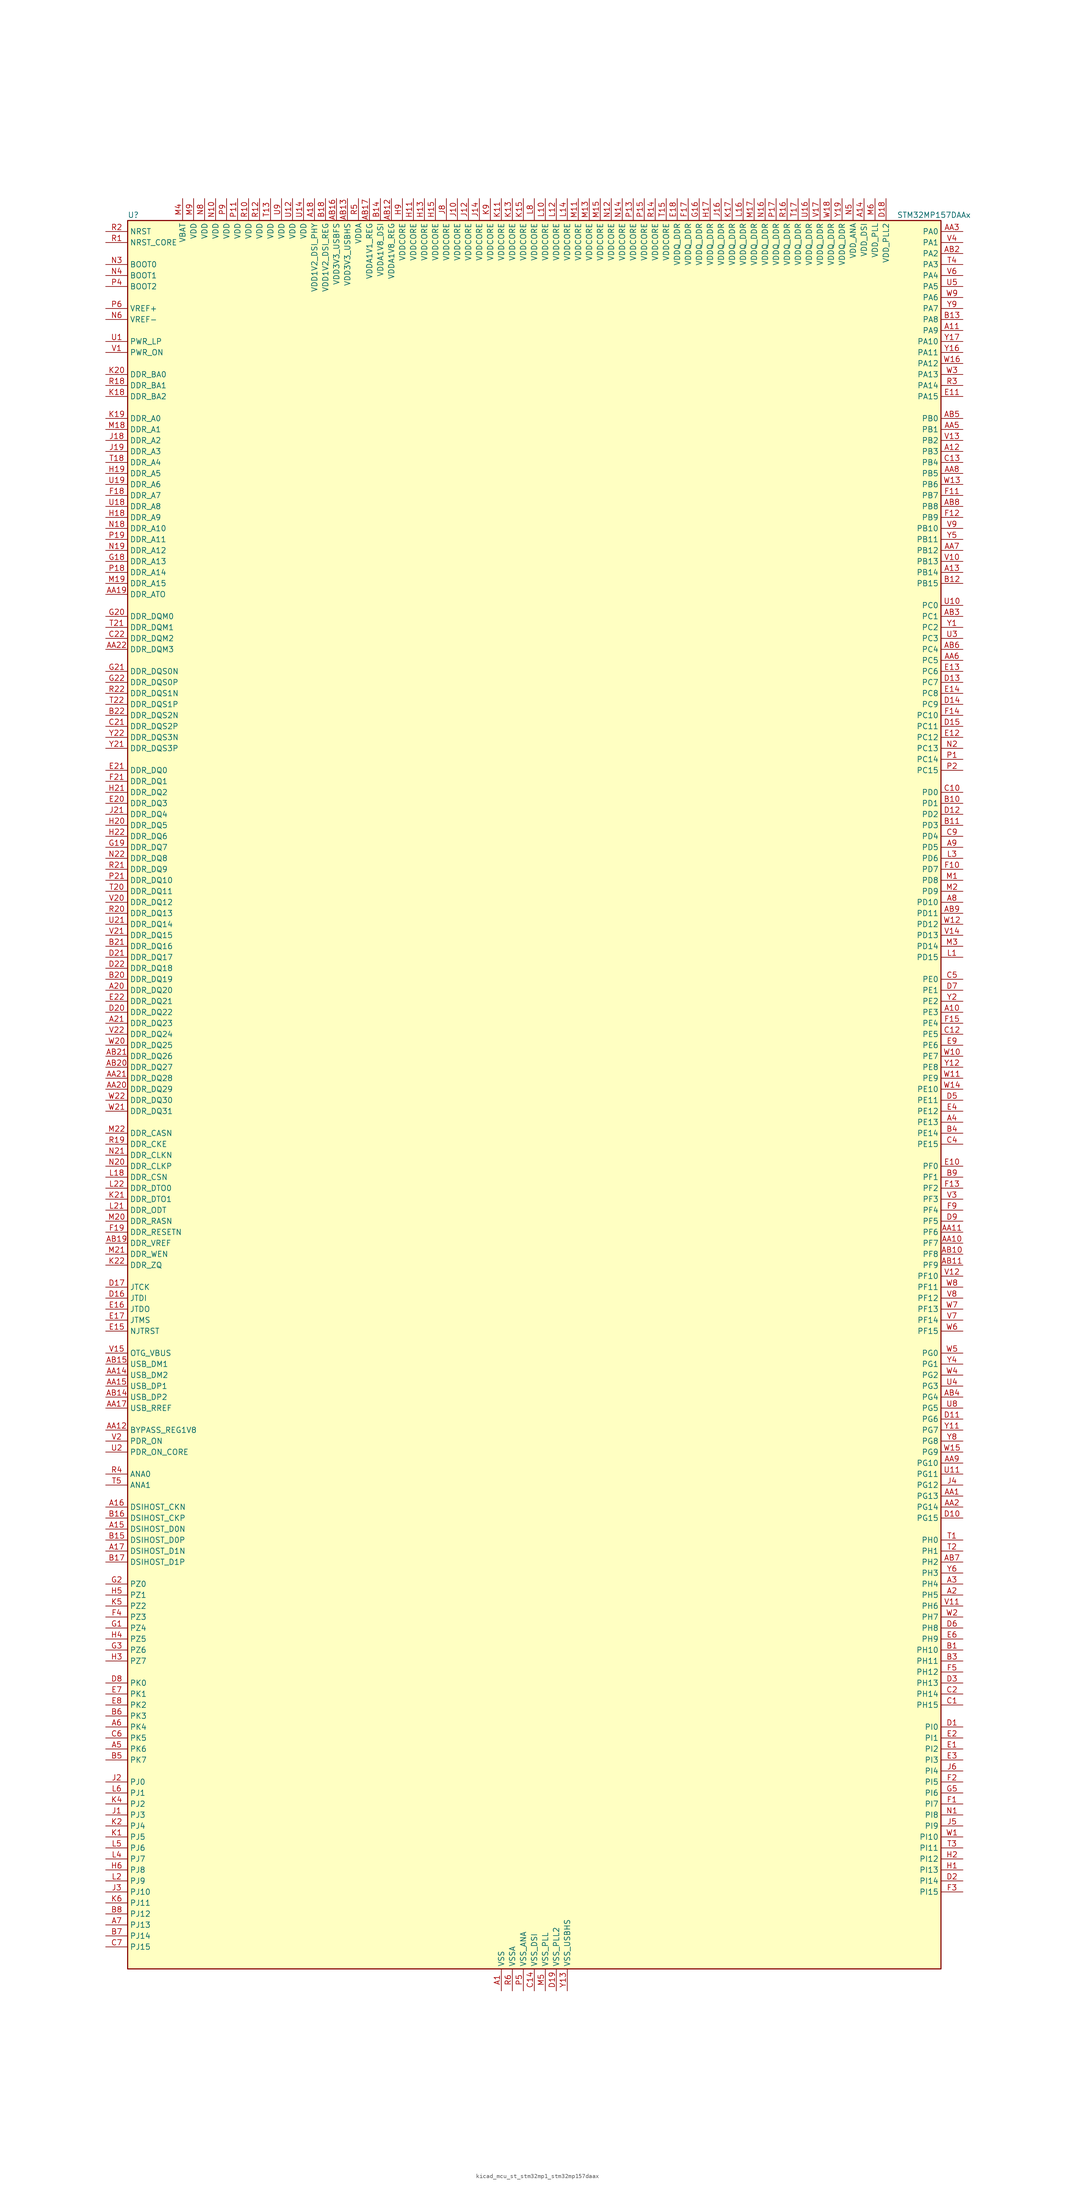
<source format=kicad_sym>
(kicad_symbol_lib
  (version 20220914)
  (generator kicad_symbol_editor)
  (symbol "kicad_mcu_st_stm32mp1_stm32mp157daax"
    (property "Reference" "U"
      (at -93.98 204.47 0)
      (effects (font (size 1.27 1.27)) (justify left)))
    (property "Value" "STM32MP157DAAx"
      (at 83.82 204.47 0)
      (effects (font (size 1.27 1.27)) (justify left)))
    (property "ki_locked" ""
      (at 0 0 0)
      (effects (font (size 1.27 1.27))))
    (symbol "kicad_mcu_st_stm32mp1_stm32mp157daax_0_1"
      (rectangle (start -93.98 -200.66) (end 93.98 203.2) (stroke (width 0.254) (type default)) (fill (type background))))
    (symbol "kicad_mcu_st_stm32mp1_stm32mp157daax_1_1"
      (pin power_in line (at -7.62 -205.74 90) (length 5.08) (name "VSS" (effects (font (size 1.27 1.27)))) (number "A1" (effects (font (size 1.27 1.27)))))
      (pin bidirectional line (at 99.06 20.32 180) (length 5.08) (name "PE3" (effects (font (size 1.27 1.27)))) (number "A10" (effects (font (size 1.27 1.27)))) (alternate "DEBUG_TRACED0" bidirectional line) (alternate "FMC_A19" bidirectional line) (alternate "SAI1_SD_B" bidirectional line) (alternate "SDMMC2_CK" bidirectional line) (alternate "TIM15_BKIN" bidirectional line))
      (pin bidirectional line (at 99.06 177.8 180) (length 5.08) (name "PA9" (effects (font (size 1.27 1.27)))) (number "A11" (effects (font (size 1.27 1.27)))) (alternate "DAC1_EXTI9" bidirectional line) (alternate "DCMI_D0" bidirectional line) (alternate "I2C3_SMBA" bidirectional line) (alternate "I2S2_CK" bidirectional line) (alternate "LTDC_R5" bidirectional line) (alternate "SDMMC2_CDIR" bidirectional line) (alternate "SDMMC2_D5" bidirectional line) (alternate "SPI2_SCK" bidirectional line) (alternate "TIM1_CH2" bidirectional line) (alternate "USART1_TX" bidirectional line))
      (pin bidirectional line (at 99.06 149.86 180) (length 5.08) (name "PB3" (effects (font (size 1.27 1.27)))) (number "A12" (effects (font (size 1.27 1.27)))) (alternate "DEBUG_TRACED9" bidirectional line) (alternate "I2S1_CK" bidirectional line) (alternate "I2S3_CK" bidirectional line) (alternate "SAI4_CK1" bidirectional line) (alternate "SAI4_MCLK_A" bidirectional line) (alternate "SDMMC2_D2" bidirectional line) (alternate "SPI1_SCK" bidirectional line) (alternate "SPI3_SCK" bidirectional line) (alternate "SPI6_SCK" bidirectional line) (alternate "TIM2_CH2" bidirectional line) (alternate "UART7_RX" bidirectional line))
      (pin bidirectional line (at 99.06 121.92 180) (length 5.08) (name "PB14" (effects (font (size 1.27 1.27)))) (number "A13" (effects (font (size 1.27 1.27)))) (alternate "DFSDM1_DATIN2" bidirectional line) (alternate "I2S2_SDI" bidirectional line) (alternate "SDMMC2_D0" bidirectional line) (alternate "SPI2_MISO" bidirectional line) (alternate "TIM12_CH1" bidirectional line) (alternate "TIM1_CH2N" bidirectional line) (alternate "TIM8_CH2N" bidirectional line) (alternate "USART1_TX" bidirectional line) (alternate "USART3_DE" bidirectional line) (alternate "USART3_RTS" bidirectional line))
      (pin power_in line (at 76.2 208.28 270) (length 5.08) (name "VDD_DSI" (effects (font (size 1.27 1.27)))) (number "A14" (effects (font (size 1.27 1.27)))))
      (pin bidirectional line (at -99.06 -99.06 0) (length 5.08) (name "DSIHOST_D0N" (effects (font (size 1.27 1.27)))) (number "A15" (effects (font (size 1.27 1.27)))) (alternate "DSIHOST_D0N" bidirectional line))
      (pin bidirectional line (at -99.06 -93.98 0) (length 5.08) (name "DSIHOST_CKN" (effects (font (size 1.27 1.27)))) (number "A16" (effects (font (size 1.27 1.27)))) (alternate "DSIHOST_CKN" bidirectional line))
      (pin bidirectional line (at -99.06 -104.14 0) (length 5.08) (name "DSIHOST_D1N" (effects (font (size 1.27 1.27)))) (number "A17" (effects (font (size 1.27 1.27)))) (alternate "DSIHOST_D1N" bidirectional line))
      (pin power_in line (at -50.8 208.28 270) (length 5.08) (name "VDD1V2_DSI_PHY" (effects (font (size 1.27 1.27)))) (number "A18" (effects (font (size 1.27 1.27)))))
      (pin passive line (at -7.62 -205.74 90) (length 5.08) hide (name "VSS" (effects (font (size 1.27 1.27)))) (number "A19" (effects (font (size 1.27 1.27)))))
      (pin bidirectional line (at 99.06 -114.3 180) (length 5.08) (name "PH5" (effects (font (size 1.27 1.27)))) (number "A2" (effects (font (size 1.27 1.27)))) (alternate "I2C2_SDA" bidirectional line) (alternate "SAI4_SD_B" bidirectional line) (alternate "SPI5_NSS" bidirectional line))
      (pin bidirectional line (at -99.06 25.4 0) (length 5.08) (name "DDR_DQ20" (effects (font (size 1.27 1.27)))) (number "A20" (effects (font (size 1.27 1.27)))) (alternate "DDR_DQ20" bidirectional line))
      (pin bidirectional line (at -99.06 17.78 0) (length 5.08) (name "DDR_DQ23" (effects (font (size 1.27 1.27)))) (number "A21" (effects (font (size 1.27 1.27)))) (alternate "DDR_DQ23" bidirectional line))
      (pin passive line (at -7.62 -205.74 90) (length 5.08) hide (name "VSS" (effects (font (size 1.27 1.27)))) (number "A22" (effects (font (size 1.27 1.27)))))
      (pin bidirectional line (at 99.06 -111.76 180) (length 5.08) (name "PH4" (effects (font (size 1.27 1.27)))) (number "A3" (effects (font (size 1.27 1.27)))) (alternate "I2C2_SCL" bidirectional line) (alternate "LTDC_G4" bidirectional line) (alternate "LTDC_G5" bidirectional line))
      (pin bidirectional line (at 99.06 -5.08 180) (length 5.08) (name "PE13" (effects (font (size 1.27 1.27)))) (number "A4" (effects (font (size 1.27 1.27)))) (alternate "DCMI_D6" bidirectional line) (alternate "DFSDM1_CKIN5" bidirectional line) (alternate "FMC_D10" bidirectional line) (alternate "FMC_DA10" bidirectional line) (alternate "HDP_HDP2" bidirectional line) (alternate "LTDC_DE" bidirectional line) (alternate "SAI2_FS_B" bidirectional line) (alternate "SPI4_MISO" bidirectional line) (alternate "TIM1_CH3" bidirectional line))
      (pin bidirectional line (at -99.06 -149.86 0) (length 5.08) (name "PK6" (effects (font (size 1.27 1.27)))) (number "A5" (effects (font (size 1.27 1.27)))) (alternate "DEBUG_TRACED7" bidirectional line) (alternate "HDP_HDP7" bidirectional line) (alternate "LTDC_B7" bidirectional line))
      (pin bidirectional line (at -99.06 -144.78 0) (length 5.08) (name "PK4" (effects (font (size 1.27 1.27)))) (number "A6" (effects (font (size 1.27 1.27)))) (alternate "LTDC_B5" bidirectional line))
      (pin bidirectional line (at -99.06 -190.5 0) (length 5.08) (name "PJ13" (effects (font (size 1.27 1.27)))) (number "A7" (effects (font (size 1.27 1.27)))) (alternate "LTDC_B1" bidirectional line) (alternate "LTDC_G4" bidirectional line))
      (pin bidirectional line (at 99.06 45.72 180) (length 5.08) (name "PD10" (effects (font (size 1.27 1.27)))) (number "A8" (effects (font (size 1.27 1.27)))) (alternate "DFSDM1_CKOUT" bidirectional line) (alternate "FMC_D15" bidirectional line) (alternate "FMC_DA15" bidirectional line) (alternate "I2C5_SMBA" bidirectional line) (alternate "I2S3_SDI" bidirectional line) (alternate "LTDC_B3" bidirectional line) (alternate "RTC_REFIN" bidirectional line) (alternate "SAI3_FS_B" bidirectional line) (alternate "SPI3_MISO" bidirectional line) (alternate "TIM16_BKIN" bidirectional line) (alternate "USART3_CK" bidirectional line))
      (pin bidirectional line (at 99.06 58.42 180) (length 5.08) (name "PD5" (effects (font (size 1.27 1.27)))) (number "A9" (effects (font (size 1.27 1.27)))) (alternate "FMC_NWE" bidirectional line) (alternate "SDMMC3_D2" bidirectional line) (alternate "USART2_TX" bidirectional line))
      (pin bidirectional line (at 99.06 -91.44 180) (length 5.08) (name "PG13" (effects (font (size 1.27 1.27)))) (number "AA1" (effects (font (size 1.27 1.27)))) (alternate "DEBUG_TRACED0" bidirectional line) (alternate "ETH1_TXD0" bidirectional line) (alternate "FMC_A24" bidirectional line) (alternate "LPTIM1_OUT" bidirectional line) (alternate "LTDC_R0" bidirectional line) (alternate "SAI1_CK2" bidirectional line) (alternate "SAI1_SCK_A" bidirectional line) (alternate "SAI4_CK1" bidirectional line) (alternate "SAI4_MCLK_A" bidirectional line) (alternate "SPI6_SCK" bidirectional line) (alternate "USART6_CTS" bidirectional line) (alternate "USART6_NSS" bidirectional line))
      (pin bidirectional line (at 99.06 -33.02 180) (length 5.08) (name "PF7" (effects (font (size 1.27 1.27)))) (number "AA10" (effects (font (size 1.27 1.27)))) (alternate "QUADSPI_BK1_IO2" bidirectional line) (alternate "SAI1_MCLK_B" bidirectional line) (alternate "SPI5_SCK" bidirectional line) (alternate "TIM17_CH1" bidirectional line) (alternate "UART7_TX" bidirectional line))
      (pin bidirectional line (at 99.06 -30.48 180) (length 5.08) (name "PF6" (effects (font (size 1.27 1.27)))) (number "AA11" (effects (font (size 1.27 1.27)))) (alternate "QUADSPI_BK1_IO3" bidirectional line) (alternate "SAI1_SD_B" bidirectional line) (alternate "SAI4_SCK_B" bidirectional line) (alternate "SPI5_NSS" bidirectional line) (alternate "TIM16_CH1" bidirectional line) (alternate "UART7_RX" bidirectional line))
      (pin bidirectional line (at -99.06 -76.2 0) (length 5.08) (name "BYPASS_REG1V8" (effects (font (size 1.27 1.27)))) (number "AA12" (effects (font (size 1.27 1.27)))))
      (pin passive line (at 7.62 -205.74 90) (length 5.08) hide (name "VSS_USBHS" (effects (font (size 1.27 1.27)))) (number "AA13" (effects (font (size 1.27 1.27)))))
      (pin bidirectional line (at -99.06 -63.5 0) (length 5.08) (name "USB_DM2" (effects (font (size 1.27 1.27)))) (number "AA14" (effects (font (size 1.27 1.27)))) (alternate "USBH_HS2_DM" bidirectional line) (alternate "USB_OTG_HS_DM" bidirectional line))
      (pin bidirectional line (at -99.06 -66.04 0) (length 5.08) (name "USB_DP1" (effects (font (size 1.27 1.27)))) (number "AA15" (effects (font (size 1.27 1.27)))) (alternate "USBH_HS1_DP" bidirectional line))
      (pin passive line (at 7.62 -205.74 90) (length 5.08) hide (name "VSS_USBHS" (effects (font (size 1.27 1.27)))) (number "AA16" (effects (font (size 1.27 1.27)))))
      (pin bidirectional line (at -99.06 -71.12 0) (length 5.08) (name "USB_RREF" (effects (font (size 1.27 1.27)))) (number "AA17" (effects (font (size 1.27 1.27)))))
      (pin passive line (at -7.62 -205.74 90) (length 5.08) hide (name "VSS" (effects (font (size 1.27 1.27)))) (number "AA18" (effects (font (size 1.27 1.27)))))
      (pin bidirectional line (at -99.06 116.84 0) (length 5.08) (name "DDR_ATO" (effects (font (size 1.27 1.27)))) (number "AA19" (effects (font (size 1.27 1.27)))) (alternate "DDR_ATO" bidirectional line))
      (pin bidirectional line (at 99.06 -93.98 180) (length 5.08) (name "PG14" (effects (font (size 1.27 1.27)))) (number "AA2" (effects (font (size 1.27 1.27)))) (alternate "DEBUG_TRACED1" bidirectional line) (alternate "ETH1_TXD1" bidirectional line) (alternate "FMC_A25" bidirectional line) (alternate "LPTIM1_ETR" bidirectional line) (alternate "LTDC_B0" bidirectional line) (alternate "QUADSPI_BK2_IO3" bidirectional line) (alternate "SAI4_D1" bidirectional line) (alternate "SAI4_SD_A" bidirectional line) (alternate "SPI6_MOSI" bidirectional line) (alternate "USART6_TX" bidirectional line))
      (pin bidirectional line (at -99.06 2.54 0) (length 5.08) (name "DDR_DQ29" (effects (font (size 1.27 1.27)))) (number "AA20" (effects (font (size 1.27 1.27)))) (alternate "DDR_DQ29" bidirectional line))
      (pin bidirectional line (at -99.06 5.08 0) (length 5.08) (name "DDR_DQ28" (effects (font (size 1.27 1.27)))) (number "AA21" (effects (font (size 1.27 1.27)))) (alternate "DDR_DQ28" bidirectional line))
      (pin bidirectional line (at -99.06 104.14 0) (length 5.08) (name "DDR_DQM3" (effects (font (size 1.27 1.27)))) (number "AA22" (effects (font (size 1.27 1.27)))) (alternate "DDR_DQM3" bidirectional line))
      (pin bidirectional line (at 99.06 200.66 180) (length 5.08) (name "PA0" (effects (font (size 1.27 1.27)))) (number "AA3" (effects (font (size 1.27 1.27)))) (alternate "ADC1_INP16" bidirectional line) (alternate "ETH1_CRS" bidirectional line) (alternate "PWR_WKUP1" bidirectional line) (alternate "SAI2_SD_B" bidirectional line) (alternate "SDMMC2_CMD" bidirectional line) (alternate "TIM15_BKIN" bidirectional line) (alternate "TIM2_CH1" bidirectional line) (alternate "TIM2_ETR" bidirectional line) (alternate "TIM5_CH1" bidirectional line) (alternate "TIM8_ETR" bidirectional line) (alternate "UART4_TX" bidirectional line) (alternate "USART2_CTS" bidirectional line) (alternate "USART2_NSS" bidirectional line))
      (pin passive line (at -7.62 -205.74 90) (length 5.08) hide (name "VSS" (effects (font (size 1.27 1.27)))) (number "AA4" (effects (font (size 1.27 1.27)))))
      (pin bidirectional line (at 99.06 154.94 180) (length 5.08) (name "PB1" (effects (font (size 1.27 1.27)))) (number "AA5" (effects (font (size 1.27 1.27)))) (alternate "ADC1_INP5" bidirectional line) (alternate "ADC2_INP5" bidirectional line) (alternate "DFSDM1_DATIN1" bidirectional line) (alternate "ETH1_RXD3" bidirectional line) (alternate "LTDC_G0" bidirectional line) (alternate "LTDC_R6" bidirectional line) (alternate "TIM1_CH3N" bidirectional line) (alternate "TIM3_CH4" bidirectional line) (alternate "TIM8_CH3N" bidirectional line))
      (pin bidirectional line (at 99.06 101.6 180) (length 5.08) (name "PC5" (effects (font (size 1.27 1.27)))) (number "AA6" (effects (font (size 1.27 1.27)))) (alternate "ADC1_INN4" bidirectional line) (alternate "ADC1_INP8" bidirectional line) (alternate "ADC2_INN4" bidirectional line) (alternate "ADC2_INP8" bidirectional line) (alternate "DFSDM1_DATIN2" bidirectional line) (alternate "ETH1_RXD1" bidirectional line) (alternate "SAI1_D3" bidirectional line) (alternate "SAI1_D4" bidirectional line) (alternate "SAI4_D3" bidirectional line) (alternate "SAI4_D4" bidirectional line) (alternate "SPDIFRX_IN3" bidirectional line))
      (pin bidirectional line (at 99.06 127 180) (length 5.08) (name "PB12" (effects (font (size 1.27 1.27)))) (number "AA7" (effects (font (size 1.27 1.27)))) (alternate "DFSDM1_DATIN1" bidirectional line) (alternate "ETH1_TXD0" bidirectional line) (alternate "FDCAN2_RX" bidirectional line) (alternate "I2C2_SMBA" bidirectional line) (alternate "I2C6_SMBA" bidirectional line) (alternate "I2S2_WS" bidirectional line) (alternate "SPI2_NSS" bidirectional line) (alternate "TIM1_BKIN" bidirectional line) (alternate "UART5_RX" bidirectional line) (alternate "USART3_CK" bidirectional line) (alternate "USART3_RX" bidirectional line))
      (pin bidirectional line (at 99.06 144.78 180) (length 5.08) (name "PB5" (effects (font (size 1.27 1.27)))) (number "AA8" (effects (font (size 1.27 1.27)))) (alternate "DCMI_D10" bidirectional line) (alternate "ETH1_CLK" bidirectional line) (alternate "ETH1_PPS_OUT" bidirectional line) (alternate "FDCAN2_RX" bidirectional line) (alternate "I2C1_SMBA" bidirectional line) (alternate "I2C4_SMBA" bidirectional line) (alternate "I2S1_SDO" bidirectional line) (alternate "I2S3_SDO" bidirectional line) (alternate "LTDC_G7" bidirectional line) (alternate "SAI4_D1" bidirectional line) (alternate "SAI4_SD_A" bidirectional line) (alternate "SPI1_MOSI" bidirectional line) (alternate "SPI3_MOSI" bidirectional line) (alternate "SPI6_MOSI" bidirectional line) (alternate "TIM17_BKIN" bidirectional line) (alternate "TIM3_CH2" bidirectional line) (alternate "UART5_RX" bidirectional line))
      (pin bidirectional line (at 99.06 -83.82 180) (length 5.08) (name "PG10" (effects (font (size 1.27 1.27)))) (number "AA9" (effects (font (size 1.27 1.27)))) (alternate "DCMI_D2" bidirectional line) (alternate "DEBUG_TRACED10" bidirectional line) (alternate "FMC_NE3" bidirectional line) (alternate "LTDC_B2" bidirectional line) (alternate "LTDC_G3" bidirectional line) (alternate "QUADSPI_BK2_IO2" bidirectional line) (alternate "SAI2_SD_B" bidirectional line) (alternate "UART8_CTS" bidirectional line))
      (pin passive line (at -7.62 -205.74 90) (length 5.08) hide (name "VSS" (effects (font (size 1.27 1.27)))) (number "AB1" (effects (font (size 1.27 1.27)))))
      (pin bidirectional line (at 99.06 -35.56 180) (length 5.08) (name "PF8" (effects (font (size 1.27 1.27)))) (number "AB10" (effects (font (size 1.27 1.27)))) (alternate "DEBUG_TRACED12" bidirectional line) (alternate "QUADSPI_BK1_IO0" bidirectional line) (alternate "SAI1_SCK_B" bidirectional line) (alternate "SPI5_MISO" bidirectional line) (alternate "TIM13_CH1" bidirectional line) (alternate "TIM16_CH1N" bidirectional line) (alternate "UART7_DE" bidirectional line) (alternate "UART7_RTS" bidirectional line))
      (pin bidirectional line (at 99.06 -38.1 180) (length 5.08) (name "PF9" (effects (font (size 1.27 1.27)))) (number "AB11" (effects (font (size 1.27 1.27)))) (alternate "DAC1_EXTI9" bidirectional line) (alternate "DEBUG_TRACED13" bidirectional line) (alternate "QUADSPI_BK1_IO1" bidirectional line) (alternate "SAI1_FS_B" bidirectional line) (alternate "SPI5_MOSI" bidirectional line) (alternate "TIM14_CH1" bidirectional line) (alternate "TIM17_CH1N" bidirectional line) (alternate "UART7_CTS" bidirectional line))
      (pin power_in line (at -33.02 208.28 270) (length 5.08) (name "VDDA1V8_REG" (effects (font (size 1.27 1.27)))) (number "AB12" (effects (font (size 1.27 1.27)))))
      (pin power_in line (at -43.18 208.28 270) (length 5.08) (name "VDD3V3_USBHS" (effects (font (size 1.27 1.27)))) (number "AB13" (effects (font (size 1.27 1.27)))))
      (pin bidirectional line (at -99.06 -68.58 0) (length 5.08) (name "USB_DP2" (effects (font (size 1.27 1.27)))) (number "AB14" (effects (font (size 1.27 1.27)))) (alternate "USBH_HS2_DP" bidirectional line) (alternate "USB_OTG_HS_DP" bidirectional line))
      (pin bidirectional line (at -99.06 -60.96 0) (length 5.08) (name "USB_DM1" (effects (font (size 1.27 1.27)))) (number "AB15" (effects (font (size 1.27 1.27)))) (alternate "USBH_HS1_DM" bidirectional line))
      (pin power_in line (at -45.72 208.28 270) (length 5.08) (name "VDD3V3_USBFS" (effects (font (size 1.27 1.27)))) (number "AB16" (effects (font (size 1.27 1.27)))))
      (pin power_in line (at -38.1 208.28 270) (length 5.08) (name "VDDA1V1_REG" (effects (font (size 1.27 1.27)))) (number "AB17" (effects (font (size 1.27 1.27)))))
      (pin passive line (at -7.62 -205.74 90) (length 5.08) hide (name "VSS" (effects (font (size 1.27 1.27)))) (number "AB18" (effects (font (size 1.27 1.27)))))
      (pin bidirectional line (at -99.06 -33.02 0) (length 5.08) (name "DDR_VREF" (effects (font (size 1.27 1.27)))) (number "AB19" (effects (font (size 1.27 1.27)))) (alternate "DDR_VREF" bidirectional line))
      (pin bidirectional line (at 99.06 195.58 180) (length 5.08) (name "PA2" (effects (font (size 1.27 1.27)))) (number "AB2" (effects (font (size 1.27 1.27)))) (alternate "ADC1_INP14" bidirectional line) (alternate "ETH1_MDIO" bidirectional line) (alternate "LPTIM4_OUT" bidirectional line) (alternate "LTDC_R1" bidirectional line) (alternate "PWR_WKUP2" bidirectional line) (alternate "SAI2_SCK_B" bidirectional line) (alternate "SDMMC2_D0DIR" bidirectional line) (alternate "TIM15_CH1" bidirectional line) (alternate "TIM2_CH3" bidirectional line) (alternate "TIM5_CH3" bidirectional line) (alternate "USART2_TX" bidirectional line))
      (pin bidirectional line (at -99.06 7.62 0) (length 5.08) (name "DDR_DQ27" (effects (font (size 1.27 1.27)))) (number "AB20" (effects (font (size 1.27 1.27)))) (alternate "DDR_DQ27" bidirectional line))
      (pin bidirectional line (at -99.06 10.16 0) (length 5.08) (name "DDR_DQ26" (effects (font (size 1.27 1.27)))) (number "AB21" (effects (font (size 1.27 1.27)))) (alternate "DDR_DQ26" bidirectional line))
      (pin passive line (at -7.62 -205.74 90) (length 5.08) hide (name "VSS" (effects (font (size 1.27 1.27)))) (number "AB22" (effects (font (size 1.27 1.27)))))
      (pin bidirectional line (at 99.06 111.76 180) (length 5.08) (name "PC1" (effects (font (size 1.27 1.27)))) (number "AB3" (effects (font (size 1.27 1.27)))) (alternate "ADC1_INN10" bidirectional line) (alternate "ADC1_INP11" bidirectional line) (alternate "ADC2_INN10" bidirectional line) (alternate "ADC2_INP11" bidirectional line) (alternate "DEBUG_TRACED0" bidirectional line) (alternate "DFSDM1_CKIN4" bidirectional line) (alternate "DFSDM1_DATIN0" bidirectional line) (alternate "ETH1_MDC" bidirectional line) (alternate "I2S2_SDO" bidirectional line) (alternate "PWR_WKUP6" bidirectional line) (alternate "SAI1_D1" bidirectional line) (alternate "SAI1_SD_A" bidirectional line) (alternate "SDMMC2_CK" bidirectional line) (alternate "SPI2_MOSI" bidirectional line) (alternate "TAMP_IN3" bidirectional line))
      (pin bidirectional line (at 99.06 -68.58 180) (length 5.08) (name "PG4" (effects (font (size 1.27 1.27)))) (number "AB4" (effects (font (size 1.27 1.27)))) (alternate "ETH1_GTX_CLK" bidirectional line) (alternate "FMC_A14" bidirectional line) (alternate "TIM1_BKIN2" bidirectional line))
      (pin bidirectional line (at 99.06 157.48 180) (length 5.08) (name "PB0" (effects (font (size 1.27 1.27)))) (number "AB5" (effects (font (size 1.27 1.27)))) (alternate "ADC1_INN5" bidirectional line) (alternate "ADC1_INP9" bidirectional line) (alternate "ADC2_INN5" bidirectional line) (alternate "ADC2_INP9" bidirectional line) (alternate "DFSDM1_CKOUT" bidirectional line) (alternate "ETH1_RXD2" bidirectional line) (alternate "LTDC_G1" bidirectional line) (alternate "LTDC_R3" bidirectional line) (alternate "TIM1_CH2N" bidirectional line) (alternate "TIM3_CH3" bidirectional line) (alternate "TIM8_CH2N" bidirectional line) (alternate "UART4_CTS" bidirectional line))
      (pin bidirectional line (at 99.06 104.14 180) (length 5.08) (name "PC4" (effects (font (size 1.27 1.27)))) (number "AB6" (effects (font (size 1.27 1.27)))) (alternate "ADC1_INP4" bidirectional line) (alternate "ADC2_INP4" bidirectional line) (alternate "DFSDM1_CKIN2" bidirectional line) (alternate "ETH1_RXD0" bidirectional line) (alternate "I2S1_MCK" bidirectional line) (alternate "SPDIFRX_IN2" bidirectional line))
      (pin bidirectional line (at 99.06 -106.68 180) (length 5.08) (name "PH2" (effects (font (size 1.27 1.27)))) (number "AB7" (effects (font (size 1.27 1.27)))) (alternate "ETH1_CRS" bidirectional line) (alternate "LPTIM1_IN2" bidirectional line) (alternate "LTDC_R0" bidirectional line) (alternate "QUADSPI_BK2_IO0" bidirectional line) (alternate "SAI2_SCK_B" bidirectional line))
      (pin bidirectional line (at 99.06 137.16 180) (length 5.08) (name "PB8" (effects (font (size 1.27 1.27)))) (number "AB8" (effects (font (size 1.27 1.27)))) (alternate "DCMI_D6" bidirectional line) (alternate "DFSDM1_CKIN7" bidirectional line) (alternate "ETH1_TXD3" bidirectional line) (alternate "FDCAN1_RX" bidirectional line) (alternate "HDP_HDP6" bidirectional line) (alternate "I2C1_SCL" bidirectional line) (alternate "I2C4_SCL" bidirectional line) (alternate "LTDC_B6" bidirectional line) (alternate "SDMMC1_CKIN" bidirectional line) (alternate "SDMMC1_D4" bidirectional line) (alternate "SDMMC2_CKIN" bidirectional line) (alternate "SDMMC2_D4" bidirectional line) (alternate "TIM16_CH1" bidirectional line) (alternate "TIM4_CH3" bidirectional line) (alternate "UART4_RX" bidirectional line))
      (pin bidirectional line (at 99.06 43.18 180) (length 5.08) (name "PD11" (effects (font (size 1.27 1.27)))) (number "AB9" (effects (font (size 1.27 1.27)))) (alternate "ADC1_EXTI11" bidirectional line) (alternate "ADC2_EXTI11" bidirectional line) (alternate "FMC_A16" bidirectional line) (alternate "FMC_CLE" bidirectional line) (alternate "I2C1_SMBA" bidirectional line) (alternate "I2C4_SMBA" bidirectional line) (alternate "LPTIM2_IN2" bidirectional line) (alternate "QUADSPI_BK1_IO0" bidirectional line) (alternate "SAI2_SD_A" bidirectional line) (alternate "USART3_CTS" bidirectional line) (alternate "USART3_NSS" bidirectional line))
      (pin bidirectional line (at 99.06 -127 180) (length 5.08) (name "PH10" (effects (font (size 1.27 1.27)))) (number "B1" (effects (font (size 1.27 1.27)))) (alternate "DCMI_D1" bidirectional line) (alternate "I2C1_SMBA" bidirectional line) (alternate "I2C4_SMBA" bidirectional line) (alternate "LTDC_R4" bidirectional line) (alternate "TIM5_CH1" bidirectional line))
      (pin bidirectional line (at 99.06 68.58 180) (length 5.08) (name "PD1" (effects (font (size 1.27 1.27)))) (number "B10" (effects (font (size 1.27 1.27)))) (alternate "DFSDM1_CKIN7" bidirectional line) (alternate "DFSDM1_DATIN6" bidirectional line) (alternate "FDCAN1_TX" bidirectional line) (alternate "FMC_D3" bidirectional line) (alternate "FMC_DA3" bidirectional line) (alternate "I2C5_SCL" bidirectional line) (alternate "I2C6_SCL" bidirectional line) (alternate "SAI3_SD_A" bidirectional line) (alternate "SDMMC3_D0" bidirectional line) (alternate "UART4_TX" bidirectional line))
      (pin bidirectional line (at 99.06 63.5 180) (length 5.08) (name "PD3" (effects (font (size 1.27 1.27)))) (number "B11" (effects (font (size 1.27 1.27)))) (alternate "DCMI_D5" bidirectional line) (alternate "DFSDM1_CKOUT" bidirectional line) (alternate "DFSDM1_DATIN0" bidirectional line) (alternate "FMC_CLK" bidirectional line) (alternate "HDP_HDP5" bidirectional line) (alternate "I2S2_CK" bidirectional line) (alternate "LTDC_G7" bidirectional line) (alternate "SDMMC1_D123DIR" bidirectional line) (alternate "SDMMC1_D7" bidirectional line) (alternate "SDMMC2_D123DIR" bidirectional line) (alternate "SDMMC2_D7" bidirectional line) (alternate "SPI2_SCK" bidirectional line) (alternate "USART2_CTS" bidirectional line) (alternate "USART2_NSS" bidirectional line))
      (pin bidirectional line (at 99.06 119.38 180) (length 5.08) (name "PB15" (effects (font (size 1.27 1.27)))) (number "B12" (effects (font (size 1.27 1.27)))) (alternate "ADC1_EXTI15" bidirectional line) (alternate "ADC2_EXTI15" bidirectional line) (alternate "DFSDM1_CKIN2" bidirectional line) (alternate "I2S2_SDO" bidirectional line) (alternate "RTC_REFIN" bidirectional line) (alternate "SDMMC2_D1" bidirectional line) (alternate "SPI2_MOSI" bidirectional line) (alternate "TIM12_CH2" bidirectional line) (alternate "TIM1_CH3N" bidirectional line) (alternate "TIM8_CH3N" bidirectional line) (alternate "USART1_RX" bidirectional line))
      (pin bidirectional line (at 99.06 180.34 180) (length 5.08) (name "PA8" (effects (font (size 1.27 1.27)))) (number "B13" (effects (font (size 1.27 1.27)))) (alternate "I2C3_SCL" bidirectional line) (alternate "I2S3_SDO" bidirectional line) (alternate "LTDC_R6" bidirectional line) (alternate "RCC_MCO_1" bidirectional line) (alternate "SAI4_SD_B" bidirectional line) (alternate "SDMMC2_CKIN" bidirectional line) (alternate "SDMMC2_D4" bidirectional line) (alternate "SPI3_MOSI" bidirectional line) (alternate "TIM1_CH1" bidirectional line) (alternate "TIM8_BKIN2" bidirectional line) (alternate "UART7_RX" bidirectional line) (alternate "USART1_CK" bidirectional line) (alternate "USB_OTG_HS_SOF" bidirectional line))
      (pin power_in line (at -35.56 208.28 270) (length 5.08) (name "VDDA1V8_DSI" (effects (font (size 1.27 1.27)))) (number "B14" (effects (font (size 1.27 1.27)))))
      (pin bidirectional line (at -99.06 -101.6 0) (length 5.08) (name "DSIHOST_D0P" (effects (font (size 1.27 1.27)))) (number "B15" (effects (font (size 1.27 1.27)))) (alternate "DSIHOST_D0P" bidirectional line))
      (pin bidirectional line (at -99.06 -96.52 0) (length 5.08) (name "DSIHOST_CKP" (effects (font (size 1.27 1.27)))) (number "B16" (effects (font (size 1.27 1.27)))) (alternate "DSIHOST_CKP" bidirectional line))
      (pin bidirectional line (at -99.06 -106.68 0) (length 5.08) (name "DSIHOST_D1P" (effects (font (size 1.27 1.27)))) (number "B17" (effects (font (size 1.27 1.27)))) (alternate "DSIHOST_D1P" bidirectional line))
      (pin power_in line (at -48.26 208.28 270) (length 5.08) (name "VDD1V2_DSI_REG" (effects (font (size 1.27 1.27)))) (number "B18" (effects (font (size 1.27 1.27)))))
      (pin passive line (at -7.62 -205.74 90) (length 5.08) hide (name "VSS" (effects (font (size 1.27 1.27)))) (number "B19" (effects (font (size 1.27 1.27)))))
      (pin passive line (at -7.62 -205.74 90) (length 5.08) hide (name "VSS" (effects (font (size 1.27 1.27)))) (number "B2" (effects (font (size 1.27 1.27)))))
      (pin bidirectional line (at -99.06 27.94 0) (length 5.08) (name "DDR_DQ19" (effects (font (size 1.27 1.27)))) (number "B20" (effects (font (size 1.27 1.27)))) (alternate "DDR_DQ19" bidirectional line))
      (pin bidirectional line (at -99.06 35.56 0) (length 5.08) (name "DDR_DQ16" (effects (font (size 1.27 1.27)))) (number "B21" (effects (font (size 1.27 1.27)))) (alternate "DDR_DQ16" bidirectional line))
      (pin bidirectional line (at -99.06 88.9 0) (length 5.08) (name "DDR_DQS2N" (effects (font (size 1.27 1.27)))) (number "B22" (effects (font (size 1.27 1.27)))) (alternate "DDR_DQS2N" bidirectional line))
      (pin bidirectional line (at 99.06 -129.54 180) (length 5.08) (name "PH11" (effects (font (size 1.27 1.27)))) (number "B3" (effects (font (size 1.27 1.27)))) (alternate "ADC1_EXTI11" bidirectional line) (alternate "ADC2_EXTI11" bidirectional line) (alternate "DCMI_D2" bidirectional line) (alternate "I2C1_SCL" bidirectional line) (alternate "I2C4_SCL" bidirectional line) (alternate "LTDC_R5" bidirectional line) (alternate "TIM5_CH2" bidirectional line))
      (pin bidirectional line (at 99.06 -7.62 180) (length 5.08) (name "PE14" (effects (font (size 1.27 1.27)))) (number "B4" (effects (font (size 1.27 1.27)))) (alternate "FMC_D11" bidirectional line) (alternate "FMC_DA11" bidirectional line) (alternate "LTDC_CLK" bidirectional line) (alternate "LTDC_G0" bidirectional line) (alternate "SAI2_MCLK_B" bidirectional line) (alternate "SDMMC1_D123DIR" bidirectional line) (alternate "SPI4_MOSI" bidirectional line) (alternate "TIM1_CH4" bidirectional line) (alternate "UART8_DE" bidirectional line) (alternate "UART8_RTS" bidirectional line))
      (pin bidirectional line (at -99.06 -152.4 0) (length 5.08) (name "PK7" (effects (font (size 1.27 1.27)))) (number "B5" (effects (font (size 1.27 1.27)))) (alternate "LTDC_DE" bidirectional line))
      (pin bidirectional line (at -99.06 -142.24 0) (length 5.08) (name "PK3" (effects (font (size 1.27 1.27)))) (number "B6" (effects (font (size 1.27 1.27)))) (alternate "LTDC_B4" bidirectional line))
      (pin bidirectional line (at -99.06 -193.04 0) (length 5.08) (name "PJ14" (effects (font (size 1.27 1.27)))) (number "B7" (effects (font (size 1.27 1.27)))) (alternate "LTDC_B2" bidirectional line))
      (pin bidirectional line (at -99.06 -187.96 0) (length 5.08) (name "PJ12" (effects (font (size 1.27 1.27)))) (number "B8" (effects (font (size 1.27 1.27)))) (alternate "LTDC_B0" bidirectional line) (alternate "LTDC_G3" bidirectional line))
      (pin bidirectional line (at 99.06 -17.78 180) (length 5.08) (name "PF1" (effects (font (size 1.27 1.27)))) (number "B9" (effects (font (size 1.27 1.27)))) (alternate "FMC_A1" bidirectional line) (alternate "I2C2_SCL" bidirectional line) (alternate "SDMMC3_CDIR" bidirectional line) (alternate "SDMMC3_CMD" bidirectional line))
      (pin bidirectional line (at 99.06 -139.7 180) (length 5.08) (name "PH15" (effects (font (size 1.27 1.27)))) (number "C1" (effects (font (size 1.27 1.27)))) (alternate "ADC1_EXTI15" bidirectional line) (alternate "ADC2_EXTI15" bidirectional line) (alternate "DCMI_D11" bidirectional line) (alternate "LTDC_G4" bidirectional line) (alternate "TIM8_CH3N" bidirectional line))
      (pin bidirectional line (at 99.06 71.12 180) (length 5.08) (name "PD0" (effects (font (size 1.27 1.27)))) (number "C10" (effects (font (size 1.27 1.27)))) (alternate "DFSDM1_CKIN6" bidirectional line) (alternate "DFSDM1_DATIN7" bidirectional line) (alternate "FDCAN1_RX" bidirectional line) (alternate "FMC_D2" bidirectional line) (alternate "FMC_DA2" bidirectional line) (alternate "I2C5_SDA" bidirectional line) (alternate "I2C6_SDA" bidirectional line) (alternate "SAI3_SCK_A" bidirectional line) (alternate "SDMMC3_CMD" bidirectional line) (alternate "UART4_RX" bidirectional line))
      (pin passive line (at -7.62 -205.74 90) (length 5.08) hide (name "VSS" (effects (font (size 1.27 1.27)))) (number "C11" (effects (font (size 1.27 1.27)))))
      (pin bidirectional line (at 99.06 15.24 180) (length 5.08) (name "PE5" (effects (font (size 1.27 1.27)))) (number "C12" (effects (font (size 1.27 1.27)))) (alternate "DCMI_D6" bidirectional line) (alternate "DEBUG_TRACED3" bidirectional line) (alternate "DFSDM1_CKIN3" bidirectional line) (alternate "FMC_A21" bidirectional line) (alternate "LTDC_G0" bidirectional line) (alternate "SAI1_CK2" bidirectional line) (alternate "SAI1_SCK_A" bidirectional line) (alternate "SDMMC1_D0DIR" bidirectional line) (alternate "SDMMC1_D6" bidirectional line) (alternate "SDMMC2_D0DIR" bidirectional line) (alternate "SDMMC2_D6" bidirectional line) (alternate "SPI4_MISO" bidirectional line) (alternate "TIM15_CH1" bidirectional line))
      (pin bidirectional line (at 99.06 147.32 180) (length 5.08) (name "PB4" (effects (font (size 1.27 1.27)))) (number "C13" (effects (font (size 1.27 1.27)))) (alternate "DEBUG_TRACED8" bidirectional line) (alternate "I2S1_SDI" bidirectional line) (alternate "I2S2_WS" bidirectional line) (alternate "I2S3_SDI" bidirectional line) (alternate "SAI4_CK2" bidirectional line) (alternate "SAI4_SCK_A" bidirectional line) (alternate "SDMMC2_D3" bidirectional line) (alternate "SPI1_MISO" bidirectional line) (alternate "SPI2_NSS" bidirectional line) (alternate "SPI3_MISO" bidirectional line) (alternate "SPI6_MISO" bidirectional line) (alternate "TIM16_BKIN" bidirectional line) (alternate "TIM3_CH1" bidirectional line) (alternate "UART7_TX" bidirectional line))
      (pin power_in line (at 0 -205.74 90) (length 5.08) (name "VSS_DSI" (effects (font (size 1.27 1.27)))) (number "C14" (effects (font (size 1.27 1.27)))))
      (pin passive line (at 0 -205.74 90) (length 5.08) hide (name "VSS_DSI" (effects (font (size 1.27 1.27)))) (number "C15" (effects (font (size 1.27 1.27)))))
      (pin passive line (at 0 -205.74 90) (length 5.08) hide (name "VSS_DSI" (effects (font (size 1.27 1.27)))) (number "C16" (effects (font (size 1.27 1.27)))))
      (pin passive line (at 0 -205.74 90) (length 5.08) hide (name "VSS_DSI" (effects (font (size 1.27 1.27)))) (number "C17" (effects (font (size 1.27 1.27)))))
      (pin passive line (at 0 -205.74 90) (length 5.08) hide (name "VSS_DSI" (effects (font (size 1.27 1.27)))) (number "C18" (effects (font (size 1.27 1.27)))))
      (pin passive line (at -7.62 -205.74 90) (length 5.08) hide (name "VSS" (effects (font (size 1.27 1.27)))) (number "C19" (effects (font (size 1.27 1.27)))))
      (pin bidirectional line (at 99.06 -137.16 180) (length 5.08) (name "PH14" (effects (font (size 1.27 1.27)))) (number "C2" (effects (font (size 1.27 1.27)))) (alternate "DCMI_D4" bidirectional line) (alternate "FDCAN1_RX" bidirectional line) (alternate "LTDC_G3" bidirectional line) (alternate "TIM8_CH2N" bidirectional line) (alternate "UART4_RX" bidirectional line))
      (pin passive line (at -7.62 -205.74 90) (length 5.08) hide (name "VSS" (effects (font (size 1.27 1.27)))) (number "C20" (effects (font (size 1.27 1.27)))))
      (pin bidirectional line (at -99.06 86.36 0) (length 5.08) (name "DDR_DQS2P" (effects (font (size 1.27 1.27)))) (number "C21" (effects (font (size 1.27 1.27)))) (alternate "DDR_DQS2P" bidirectional line))
      (pin bidirectional line (at -99.06 106.68 0) (length 5.08) (name "DDR_DQM2" (effects (font (size 1.27 1.27)))) (number "C22" (effects (font (size 1.27 1.27)))) (alternate "DDR_DQM2" bidirectional line))
      (pin passive line (at -7.62 -205.74 90) (length 5.08) hide (name "VSS" (effects (font (size 1.27 1.27)))) (number "C3" (effects (font (size 1.27 1.27)))))
      (pin bidirectional line (at 99.06 -10.16 180) (length 5.08) (name "PE15" (effects (font (size 1.27 1.27)))) (number "C4" (effects (font (size 1.27 1.27)))) (alternate "ADC1_EXTI15" bidirectional line) (alternate "ADC2_EXTI15" bidirectional line) (alternate "FMC_D12" bidirectional line) (alternate "FMC_DA12" bidirectional line) (alternate "FMC_NCE2" bidirectional line) (alternate "HDP_HDP3" bidirectional line) (alternate "LTDC_R7" bidirectional line) (alternate "TIM15_BKIN" bidirectional line) (alternate "TIM1_BKIN" bidirectional line) (alternate "UART8_CTS" bidirectional line) (alternate "USART2_CTS" bidirectional line) (alternate "USART2_NSS" bidirectional line))
      (pin bidirectional line (at 99.06 27.94 180) (length 5.08) (name "PE0" (effects (font (size 1.27 1.27)))) (number "C5" (effects (font (size 1.27 1.27)))) (alternate "DCMI_D2" bidirectional line) (alternate "FMC_NBL0" bidirectional line) (alternate "I2S3_CK" bidirectional line) (alternate "LPTIM1_ETR" bidirectional line) (alternate "LPTIM2_ETR" bidirectional line) (alternate "SAI2_MCLK_A" bidirectional line) (alternate "SAI4_MCLK_B" bidirectional line) (alternate "SPI3_SCK" bidirectional line) (alternate "TIM4_ETR" bidirectional line) (alternate "UART8_RX" bidirectional line))
      (pin bidirectional line (at -99.06 -147.32 0) (length 5.08) (name "PK5" (effects (font (size 1.27 1.27)))) (number "C6" (effects (font (size 1.27 1.27)))) (alternate "DEBUG_TRACED6" bidirectional line) (alternate "HDP_HDP6" bidirectional line) (alternate "LTDC_B6" bidirectional line))
      (pin bidirectional line (at -99.06 -195.58 0) (length 5.08) (name "PJ15" (effects (font (size 1.27 1.27)))) (number "C7" (effects (font (size 1.27 1.27)))) (alternate "ADC1_EXTI15" bidirectional line) (alternate "ADC2_EXTI15" bidirectional line) (alternate "LTDC_B3" bidirectional line))
      (pin passive line (at -7.62 -205.74 90) (length 5.08) hide (name "VSS" (effects (font (size 1.27 1.27)))) (number "C8" (effects (font (size 1.27 1.27)))))
      (pin bidirectional line (at 99.06 60.96 180) (length 5.08) (name "PD4" (effects (font (size 1.27 1.27)))) (number "C9" (effects (font (size 1.27 1.27)))) (alternate "DFSDM1_CKIN0" bidirectional line) (alternate "FMC_NOE" bidirectional line) (alternate "SAI3_FS_A" bidirectional line) (alternate "SDMMC3_D1" bidirectional line) (alternate "USART2_DE" bidirectional line) (alternate "USART2_RTS" bidirectional line))
      (pin bidirectional line (at 99.06 -144.78 180) (length 5.08) (name "PI0" (effects (font (size 1.27 1.27)))) (number "D1" (effects (font (size 1.27 1.27)))) (alternate "DCMI_D13" bidirectional line) (alternate "I2S2_WS" bidirectional line) (alternate "LTDC_G5" bidirectional line) (alternate "SPI2_NSS" bidirectional line) (alternate "TIM5_CH4" bidirectional line))
      (pin bidirectional line (at 99.06 -96.52 180) (length 5.08) (name "PG15" (effects (font (size 1.27 1.27)))) (number "D10" (effects (font (size 1.27 1.27)))) (alternate "ADC1_EXTI15" bidirectional line) (alternate "ADC2_EXTI15" bidirectional line) (alternate "DCMI_D13" bidirectional line) (alternate "DEBUG_TRACED7" bidirectional line) (alternate "I2C2_SDA" bidirectional line) (alternate "SAI1_D2" bidirectional line) (alternate "SAI1_FS_A" bidirectional line) (alternate "SDMMC3_CK" bidirectional line) (alternate "USART6_CTS" bidirectional line) (alternate "USART6_NSS" bidirectional line))
      (pin bidirectional line (at 99.06 -73.66 180) (length 5.08) (name "PG6" (effects (font (size 1.27 1.27)))) (number "D11" (effects (font (size 1.27 1.27)))) (alternate "DCMI_D12" bidirectional line) (alternate "DEBUG_TRACED14" bidirectional line) (alternate "LTDC_R7" bidirectional line) (alternate "SDMMC2_CMD" bidirectional line) (alternate "TIM17_BKIN" bidirectional line))
      (pin bidirectional line (at 99.06 66.04 180) (length 5.08) (name "PD2" (effects (font (size 1.27 1.27)))) (number "D12" (effects (font (size 1.27 1.27)))) (alternate "DCMI_D11" bidirectional line) (alternate "I2C5_SMBA" bidirectional line) (alternate "SDMMC1_CMD" bidirectional line) (alternate "TIM3_ETR" bidirectional line) (alternate "UART4_RX" bidirectional line) (alternate "UART5_RX" bidirectional line))
      (pin bidirectional line (at 99.06 96.52 180) (length 5.08) (name "PC7" (effects (font (size 1.27 1.27)))) (number "D13" (effects (font (size 1.27 1.27)))) (alternate "DCMI_D1" bidirectional line) (alternate "DFSDM1_DATIN3" bidirectional line) (alternate "HDP_HDP4" bidirectional line) (alternate "I2S3_MCK" bidirectional line) (alternate "LTDC_G6" bidirectional line) (alternate "SDMMC1_D123DIR" bidirectional line) (alternate "SDMMC1_D7" bidirectional line) (alternate "SDMMC2_D123DIR" bidirectional line) (alternate "SDMMC2_D7" bidirectional line) (alternate "TIM3_CH2" bidirectional line) (alternate "TIM8_CH2" bidirectional line) (alternate "USART6_RX" bidirectional line))
      (pin bidirectional line (at 99.06 91.44 180) (length 5.08) (name "PC9" (effects (font (size 1.27 1.27)))) (number "D14" (effects (font (size 1.27 1.27)))) (alternate "DAC1_EXTI9" bidirectional line) (alternate "DCMI_D3" bidirectional line) (alternate "DEBUG_TRACED1" bidirectional line) (alternate "I2C3_SDA" bidirectional line) (alternate "I2S_CKIN" bidirectional line) (alternate "LTDC_B2" bidirectional line) (alternate "QUADSPI_BK1_IO0" bidirectional line) (alternate "SDMMC1_D1" bidirectional line) (alternate "TIM3_CH4" bidirectional line) (alternate "TIM8_CH4" bidirectional line) (alternate "UART5_CTS" bidirectional line))
      (pin bidirectional line (at 99.06 86.36 180) (length 5.08) (name "PC11" (effects (font (size 1.27 1.27)))) (number "D15" (effects (font (size 1.27 1.27)))) (alternate "ADC1_EXTI11" bidirectional line) (alternate "ADC2_EXTI11" bidirectional line) (alternate "DCMI_D4" bidirectional line) (alternate "DEBUG_TRACED3" bidirectional line) (alternate "DFSDM1_DATIN5" bidirectional line) (alternate "I2S3_SDI" bidirectional line) (alternate "QUADSPI_BK2_NCS" bidirectional line) (alternate "SAI4_SCK_B" bidirectional line) (alternate "SDMMC1_D3" bidirectional line) (alternate "SPI3_MISO" bidirectional line) (alternate "UART4_RX" bidirectional line) (alternate "USART3_RX" bidirectional line))
      (pin bidirectional line (at -99.06 -45.72 0) (length 5.08) (name "JTDI" (effects (font (size 1.27 1.27)))) (number "D16" (effects (font (size 1.27 1.27)))) (alternate "DEBUG_JTDI" bidirectional line))
      (pin bidirectional line (at -99.06 -43.18 0) (length 5.08) (name "JTCK" (effects (font (size 1.27 1.27)))) (number "D17" (effects (font (size 1.27 1.27)))) (alternate "DEBUG_JTCK-SWCLK" bidirectional line))
      (pin power_in line (at 81.28 208.28 270) (length 5.08) (name "VDD_PLL2" (effects (font (size 1.27 1.27)))) (number "D18" (effects (font (size 1.27 1.27)))))
      (pin power_in line (at 5.08 -205.74 90) (length 5.08) (name "VSS_PLL2" (effects (font (size 1.27 1.27)))) (number "D19" (effects (font (size 1.27 1.27)))))
      (pin bidirectional line (at 99.06 -180.34 180) (length 5.08) (name "PI14" (effects (font (size 1.27 1.27)))) (number "D2" (effects (font (size 1.27 1.27)))) (alternate "DEBUG_TRACECLK" bidirectional line) (alternate "LTDC_CLK" bidirectional line))
      (pin bidirectional line (at -99.06 20.32 0) (length 5.08) (name "DDR_DQ22" (effects (font (size 1.27 1.27)))) (number "D20" (effects (font (size 1.27 1.27)))) (alternate "DDR_DQ22" bidirectional line))
      (pin bidirectional line (at -99.06 33.02 0) (length 5.08) (name "DDR_DQ17" (effects (font (size 1.27 1.27)))) (number "D21" (effects (font (size 1.27 1.27)))) (alternate "DDR_DQ17" bidirectional line))
      (pin bidirectional line (at -99.06 30.48 0) (length 5.08) (name "DDR_DQ18" (effects (font (size 1.27 1.27)))) (number "D22" (effects (font (size 1.27 1.27)))) (alternate "DDR_DQ18" bidirectional line))
      (pin bidirectional line (at 99.06 -134.62 180) (length 5.08) (name "PH13" (effects (font (size 1.27 1.27)))) (number "D3" (effects (font (size 1.27 1.27)))) (alternate "FDCAN1_TX" bidirectional line) (alternate "LTDC_G2" bidirectional line) (alternate "TIM8_CH1N" bidirectional line) (alternate "UART4_TX" bidirectional line))
      (pin passive line (at -7.62 -205.74 90) (length 5.08) hide (name "VSS" (effects (font (size 1.27 1.27)))) (number "D4" (effects (font (size 1.27 1.27)))))
      (pin bidirectional line (at 99.06 0 180) (length 5.08) (name "PE11" (effects (font (size 1.27 1.27)))) (number "D5" (effects (font (size 1.27 1.27)))) (alternate "ADC1_EXTI11" bidirectional line) (alternate "ADC2_EXTI11" bidirectional line) (alternate "DCMI_D4" bidirectional line) (alternate "DFSDM1_CKIN4" bidirectional line) (alternate "FMC_D8" bidirectional line) (alternate "FMC_DA8" bidirectional line) (alternate "LTDC_G3" bidirectional line) (alternate "SAI2_SD_B" bidirectional line) (alternate "SPI4_NSS" bidirectional line) (alternate "TIM1_CH2" bidirectional line) (alternate "USART6_CK" bidirectional line))
      (pin bidirectional line (at 99.06 -121.92 180) (length 5.08) (name "PH8" (effects (font (size 1.27 1.27)))) (number "D6" (effects (font (size 1.27 1.27)))) (alternate "DCMI_HSYNC" bidirectional line) (alternate "I2C3_SDA" bidirectional line) (alternate "LTDC_R2" bidirectional line) (alternate "TIM5_ETR" bidirectional line))
      (pin bidirectional line (at 99.06 25.4 180) (length 5.08) (name "PE1" (effects (font (size 1.27 1.27)))) (number "D7" (effects (font (size 1.27 1.27)))) (alternate "DCMI_D3" bidirectional line) (alternate "FMC_NBL1" bidirectional line) (alternate "I2S2_MCK" bidirectional line) (alternate "LPTIM1_IN2" bidirectional line) (alternate "SAI3_SD_B" bidirectional line) (alternate "UART8_TX" bidirectional line))
      (pin bidirectional line (at -99.06 -134.62 0) (length 5.08) (name "PK0" (effects (font (size 1.27 1.27)))) (number "D8" (effects (font (size 1.27 1.27)))) (alternate "LTDC_G5" bidirectional line) (alternate "SPI5_SCK" bidirectional line) (alternate "TIM1_CH1N" bidirectional line) (alternate "TIM8_CH3" bidirectional line))
      (pin bidirectional line (at 99.06 -27.94 180) (length 5.08) (name "PF5" (effects (font (size 1.27 1.27)))) (number "D9" (effects (font (size 1.27 1.27)))) (alternate "FMC_A5" bidirectional line) (alternate "SDMMC3_D2" bidirectional line) (alternate "USART2_TX" bidirectional line))
      (pin bidirectional line (at 99.06 -149.86 180) (length 5.08) (name "PI2" (effects (font (size 1.27 1.27)))) (number "E1" (effects (font (size 1.27 1.27)))) (alternate "DCMI_D9" bidirectional line) (alternate "I2S2_SDI" bidirectional line) (alternate "LTDC_G7" bidirectional line) (alternate "SPI2_MISO" bidirectional line) (alternate "TIM8_CH4" bidirectional line))
      (pin bidirectional line (at 99.06 -15.24 180) (length 5.08) (name "PF0" (effects (font (size 1.27 1.27)))) (number "E10" (effects (font (size 1.27 1.27)))) (alternate "FMC_A0" bidirectional line) (alternate "I2C2_SDA" bidirectional line) (alternate "SDMMC3_CKIN" bidirectional line) (alternate "SDMMC3_D0" bidirectional line))
      (pin bidirectional line (at 99.06 162.56 180) (length 5.08) (name "PA15" (effects (font (size 1.27 1.27)))) (number "E11" (effects (font (size 1.27 1.27)))) (alternate "ADC1_EXTI15" bidirectional line) (alternate "ADC2_EXTI15" bidirectional line) (alternate "CEC" bidirectional line) (alternate "DEBUG_DBTRGI" bidirectional line) (alternate "I2S1_WS" bidirectional line) (alternate "I2S3_WS" bidirectional line) (alternate "LTDC_R1" bidirectional line) (alternate "SAI4_D2" bidirectional line) (alternate "SAI4_FS_A" bidirectional line) (alternate "SDMMC1_CDIR" bidirectional line) (alternate "SDMMC1_D5" bidirectional line) (alternate "SDMMC2_CDIR" bidirectional line) (alternate "SDMMC2_D5" bidirectional line) (alternate "SPI1_NSS" bidirectional line) (alternate "SPI3_NSS" bidirectional line) (alternate "SPI6_NSS" bidirectional line) (alternate "TIM2_CH1" bidirectional line) (alternate "TIM2_ETR" bidirectional line) (alternate "UART4_DE" bidirectional line) (alternate "UART4_RTS" bidirectional line) (alternate "UART7_TX" bidirectional line))
      (pin bidirectional line (at 99.06 83.82 180) (length 5.08) (name "PC12" (effects (font (size 1.27 1.27)))) (number "E12" (effects (font (size 1.27 1.27)))) (alternate "DCMI_D9" bidirectional line) (alternate "DEBUG_TRACECLK" bidirectional line) (alternate "I2S3_SDO" bidirectional line) (alternate "RCC_MCO_2" bidirectional line) (alternate "SAI4_D3" bidirectional line) (alternate "SAI4_SD_B" bidirectional line) (alternate "SDMMC1_CK" bidirectional line) (alternate "SPI3_MOSI" bidirectional line) (alternate "UART5_TX" bidirectional line) (alternate "USART3_CK" bidirectional line))
      (pin bidirectional line (at 99.06 99.06 180) (length 5.08) (name "PC6" (effects (font (size 1.27 1.27)))) (number "E13" (effects (font (size 1.27 1.27)))) (alternate "DCMI_D0" bidirectional line) (alternate "DFSDM1_CKIN3" bidirectional line) (alternate "DSIHOST_TE" bidirectional line) (alternate "HDP_HDP1" bidirectional line) (alternate "I2S2_MCK" bidirectional line) (alternate "LTDC_HSYNC" bidirectional line) (alternate "SDMMC1_D0DIR" bidirectional line) (alternate "SDMMC1_D6" bidirectional line) (alternate "SDMMC2_D0DIR" bidirectional line) (alternate "SDMMC2_D6" bidirectional line) (alternate "TIM3_CH1" bidirectional line) (alternate "TIM8_CH1" bidirectional line) (alternate "USART6_TX" bidirectional line))
      (pin bidirectional line (at 99.06 93.98 180) (length 5.08) (name "PC8" (effects (font (size 1.27 1.27)))) (number "E14" (effects (font (size 1.27 1.27)))) (alternate "DCMI_D2" bidirectional line) (alternate "DEBUG_TRACED0" bidirectional line) (alternate "SDMMC1_D0" bidirectional line) (alternate "TIM3_CH3" bidirectional line) (alternate "TIM8_CH3" bidirectional line) (alternate "UART4_TX" bidirectional line) (alternate "UART5_DE" bidirectional line) (alternate "UART5_RTS" bidirectional line) (alternate "USART6_CK" bidirectional line))
      (pin bidirectional line (at -99.06 -53.34 0) (length 5.08) (name "NJTRST" (effects (font (size 1.27 1.27)))) (number "E15" (effects (font (size 1.27 1.27)))) (alternate "DEBUG_JTRST" bidirectional line))
      (pin bidirectional line (at -99.06 -48.26 0) (length 5.08) (name "JTDO" (effects (font (size 1.27 1.27)))) (number "E16" (effects (font (size 1.27 1.27)))) (alternate "DEBUG_JTDO-SWO" bidirectional line))
      (pin bidirectional line (at -99.06 -50.8 0) (length 5.08) (name "JTMS" (effects (font (size 1.27 1.27)))) (number "E17" (effects (font (size 1.27 1.27)))) (alternate "DEBUG_JTMS-SWDIO" bidirectional line))
      (pin power_in line (at 33.02 208.28 270) (length 5.08) (name "VDDQ_DDR" (effects (font (size 1.27 1.27)))) (number "E18" (effects (font (size 1.27 1.27)))))
      (pin passive line (at -7.62 -205.74 90) (length 5.08) hide (name "VSS" (effects (font (size 1.27 1.27)))) (number "E19" (effects (font (size 1.27 1.27)))))
      (pin bidirectional line (at 99.06 -147.32 180) (length 5.08) (name "PI1" (effects (font (size 1.27 1.27)))) (number "E2" (effects (font (size 1.27 1.27)))) (alternate "DCMI_D8" bidirectional line) (alternate "I2S2_CK" bidirectional line) (alternate "LTDC_G6" bidirectional line) (alternate "SPI2_SCK" bidirectional line) (alternate "TIM8_BKIN2" bidirectional line))
      (pin bidirectional line (at -99.06 68.58 0) (length 5.08) (name "DDR_DQ3" (effects (font (size 1.27 1.27)))) (number "E20" (effects (font (size 1.27 1.27)))) (alternate "DDR_DQ3" bidirectional line))
      (pin bidirectional line (at -99.06 76.2 0) (length 5.08) (name "DDR_DQ0" (effects (font (size 1.27 1.27)))) (number "E21" (effects (font (size 1.27 1.27)))) (alternate "DDR_DQ0" bidirectional line))
      (pin bidirectional line (at -99.06 22.86 0) (length 5.08) (name "DDR_DQ21" (effects (font (size 1.27 1.27)))) (number "E22" (effects (font (size 1.27 1.27)))) (alternate "DDR_DQ21" bidirectional line))
      (pin bidirectional line (at 99.06 -152.4 180) (length 5.08) (name "PI3" (effects (font (size 1.27 1.27)))) (number "E3" (effects (font (size 1.27 1.27)))) (alternate "DCMI_D10" bidirectional line) (alternate "I2S2_SDO" bidirectional line) (alternate "SPI2_MOSI" bidirectional line) (alternate "TIM8_ETR" bidirectional line))
      (pin bidirectional line (at 99.06 -2.54 180) (length 5.08) (name "PE12" (effects (font (size 1.27 1.27)))) (number "E4" (effects (font (size 1.27 1.27)))) (alternate "DFSDM1_DATIN5" bidirectional line) (alternate "FMC_D9" bidirectional line) (alternate "FMC_DA9" bidirectional line) (alternate "LTDC_B4" bidirectional line) (alternate "SAI2_SCK_B" bidirectional line) (alternate "SDMMC1_D0DIR" bidirectional line) (alternate "SPI4_SCK" bidirectional line) (alternate "TIM1_CH3N" bidirectional line))
      (pin passive line (at -7.62 -205.74 90) (length 5.08) hide (name "VSS" (effects (font (size 1.27 1.27)))) (number "E5" (effects (font (size 1.27 1.27)))))
      (pin bidirectional line (at 99.06 -124.46 180) (length 5.08) (name "PH9" (effects (font (size 1.27 1.27)))) (number "E6" (effects (font (size 1.27 1.27)))) (alternate "DAC1_EXTI9" bidirectional line) (alternate "DCMI_D0" bidirectional line) (alternate "I2C3_SMBA" bidirectional line) (alternate "LTDC_R3" bidirectional line) (alternate "TIM12_CH2" bidirectional line))
      (pin bidirectional line (at -99.06 -137.16 0) (length 5.08) (name "PK1" (effects (font (size 1.27 1.27)))) (number "E7" (effects (font (size 1.27 1.27)))) (alternate "DEBUG_TRACED4" bidirectional line) (alternate "HDP_HDP4" bidirectional line) (alternate "LTDC_G6" bidirectional line) (alternate "SPI5_NSS" bidirectional line) (alternate "TIM1_CH1" bidirectional line) (alternate "TIM8_CH3N" bidirectional line))
      (pin bidirectional line (at -99.06 -139.7 0) (length 5.08) (name "PK2" (effects (font (size 1.27 1.27)))) (number "E8" (effects (font (size 1.27 1.27)))) (alternate "DEBUG_TRACED5" bidirectional line) (alternate "HDP_HDP5" bidirectional line) (alternate "LTDC_G7" bidirectional line) (alternate "TIM1_BKIN" bidirectional line) (alternate "TIM8_BKIN" bidirectional line))
      (pin bidirectional line (at 99.06 12.7 180) (length 5.08) (name "PE6" (effects (font (size 1.27 1.27)))) (number "E9" (effects (font (size 1.27 1.27)))) (alternate "DCMI_D7" bidirectional line) (alternate "DEBUG_TRACED2" bidirectional line) (alternate "FMC_A22" bidirectional line) (alternate "LTDC_G1" bidirectional line) (alternate "SAI1_D1" bidirectional line) (alternate "SAI1_SD_A" bidirectional line) (alternate "SAI2_MCLK_B" bidirectional line) (alternate "SDMMC1_D2" bidirectional line) (alternate "SDMMC2_D0" bidirectional line) (alternate "SPI4_MOSI" bidirectional line) (alternate "TIM15_CH2" bidirectional line) (alternate "TIM1_BKIN2" bidirectional line))
      (pin bidirectional line (at 99.06 -162.56 180) (length 5.08) (name "PI7" (effects (font (size 1.27 1.27)))) (number "F1" (effects (font (size 1.27 1.27)))) (alternate "DCMI_D7" bidirectional line) (alternate "LTDC_B7" bidirectional line) (alternate "SAI2_FS_A" bidirectional line) (alternate "TIM8_CH3" bidirectional line))
      (pin bidirectional line (at 99.06 53.34 180) (length 5.08) (name "PD7" (effects (font (size 1.27 1.27)))) (number "F10" (effects (font (size 1.27 1.27)))) (alternate "DEBUG_TRACED6" bidirectional line) (alternate "DFSDM1_CKIN1" bidirectional line) (alternate "DFSDM1_DATIN4" bidirectional line) (alternate "FMC_NE1" bidirectional line) (alternate "I2C2_SCL" bidirectional line) (alternate "SDMMC3_D3" bidirectional line) (alternate "SPDIFRX_IN0" bidirectional line) (alternate "USART2_CK" bidirectional line))
      (pin bidirectional line (at 99.06 139.7 180) (length 5.08) (name "PB7" (effects (font (size 1.27 1.27)))) (number "F11" (effects (font (size 1.27 1.27)))) (alternate "DCMI_VSYNC" bidirectional line) (alternate "DFSDM1_CKIN5" bidirectional line) (alternate "FMC_NL" bidirectional line) (alternate "I2C1_SDA" bidirectional line) (alternate "I2C4_SDA" bidirectional line) (alternate "SDMMC2_D1" bidirectional line) (alternate "TIM17_CH1N" bidirectional line) (alternate "TIM4_CH2" bidirectional line) (alternate "USART1_RX" bidirectional line))
      (pin bidirectional line (at 99.06 134.62 180) (length 5.08) (name "PB9" (effects (font (size 1.27 1.27)))) (number "F12" (effects (font (size 1.27 1.27)))) (alternate "DAC1_EXTI9" bidirectional line) (alternate "DCMI_D7" bidirectional line) (alternate "DFSDM1_DATIN7" bidirectional line) (alternate "FDCAN1_TX" bidirectional line) (alternate "HDP_HDP7" bidirectional line) (alternate "I2C1_SDA" bidirectional line) (alternate "I2C4_SDA" bidirectional line) (alternate "I2S2_WS" bidirectional line) (alternate "LTDC_B7" bidirectional line) (alternate "SDMMC1_CDIR" bidirectional line) (alternate "SDMMC1_D5" bidirectional line) (alternate "SDMMC2_CDIR" bidirectional line) (alternate "SDMMC2_D5" bidirectional line) (alternate "SPI2_NSS" bidirectional line) (alternate "TIM17_CH1" bidirectional line) (alternate "TIM4_CH4" bidirectional line) (alternate "UART4_TX" bidirectional line))
      (pin bidirectional line (at 99.06 -20.32 180) (length 5.08) (name "PF2" (effects (font (size 1.27 1.27)))) (number "F13" (effects (font (size 1.27 1.27)))) (alternate "FMC_A2" bidirectional line) (alternate "I2C2_SMBA" bidirectional line) (alternate "SDMMC1_D0DIR" bidirectional line) (alternate "SDMMC2_D0DIR" bidirectional line) (alternate "SDMMC3_D0DIR" bidirectional line))
      (pin bidirectional line (at 99.06 88.9 180) (length 5.08) (name "PC10" (effects (font (size 1.27 1.27)))) (number "F14" (effects (font (size 1.27 1.27)))) (alternate "DCMI_D8" bidirectional line) (alternate "DEBUG_TRACED2" bidirectional line) (alternate "DFSDM1_CKIN5" bidirectional line) (alternate "I2S3_CK" bidirectional line) (alternate "LTDC_R2" bidirectional line) (alternate "QUADSPI_BK1_IO1" bidirectional line) (alternate "SAI4_MCLK_B" bidirectional line) (alternate "SDMMC1_D2" bidirectional line) (alternate "SPI3_SCK" bidirectional line) (alternate "UART4_TX" bidirectional line) (alternate "USART3_TX" bidirectional line))
      (pin bidirectional line (at 99.06 17.78 180) (length 5.08) (name "PE4" (effects (font (size 1.27 1.27)))) (number "F15" (effects (font (size 1.27 1.27)))) (alternate "DCMI_D4" bidirectional line) (alternate "DEBUG_TRACED1" bidirectional line) (alternate "DFSDM1_DATIN3" bidirectional line) (alternate "FMC_A20" bidirectional line) (alternate "LTDC_B0" bidirectional line) (alternate "SAI1_D2" bidirectional line) (alternate "SAI1_FS_A" bidirectional line) (alternate "SDMMC1_CKIN" bidirectional line) (alternate "SDMMC1_D4" bidirectional line) (alternate "SDMMC2_CKIN" bidirectional line) (alternate "SDMMC2_D4" bidirectional line) (alternate "SPI4_NSS" bidirectional line) (alternate "TIM15_CH1N" bidirectional line))
      (pin passive line (at -7.62 -205.74 90) (length 5.08) hide (name "VSS" (effects (font (size 1.27 1.27)))) (number "F16" (effects (font (size 1.27 1.27)))))
      (pin power_in line (at 35.56 208.28 270) (length 5.08) (name "VDDQ_DDR" (effects (font (size 1.27 1.27)))) (number "F17" (effects (font (size 1.27 1.27)))))
      (pin bidirectional line (at -99.06 139.7 0) (length 5.08) (name "DDR_A7" (effects (font (size 1.27 1.27)))) (number "F18" (effects (font (size 1.27 1.27)))) (alternate "DDR_A7" bidirectional line))
      (pin bidirectional line (at -99.06 -30.48 0) (length 5.08) (name "DDR_RESETN" (effects (font (size 1.27 1.27)))) (number "F19" (effects (font (size 1.27 1.27)))) (alternate "DDR_RESETN" bidirectional line))
      (pin bidirectional line (at 99.06 -157.48 180) (length 5.08) (name "PI5" (effects (font (size 1.27 1.27)))) (number "F2" (effects (font (size 1.27 1.27)))) (alternate "DCMI_VSYNC" bidirectional line) (alternate "LTDC_B5" bidirectional line) (alternate "SAI2_SCK_A" bidirectional line) (alternate "TIM8_CH1" bidirectional line))
      (pin passive line (at -7.62 -205.74 90) (length 5.08) hide (name "VSS" (effects (font (size 1.27 1.27)))) (number "F20" (effects (font (size 1.27 1.27)))))
      (pin bidirectional line (at -99.06 73.66 0) (length 5.08) (name "DDR_DQ1" (effects (font (size 1.27 1.27)))) (number "F21" (effects (font (size 1.27 1.27)))) (alternate "DDR_DQ1" bidirectional line))
      (pin bidirectional line (at 99.06 -182.88 180) (length 5.08) (name "PI15" (effects (font (size 1.27 1.27)))) (number "F3" (effects (font (size 1.27 1.27)))) (alternate "ADC1_EXTI15" bidirectional line) (alternate "ADC2_EXTI15" bidirectional line) (alternate "LTDC_G2" bidirectional line) (alternate "LTDC_R0" bidirectional line))
      (pin bidirectional line (at -99.06 -119.38 0) (length 5.08) (name "PZ3" (effects (font (size 1.27 1.27)))) (number "F4" (effects (font (size 1.27 1.27)))) (alternate "I2C2_SDA" bidirectional line) (alternate "I2C4_SDA" bidirectional line) (alternate "I2C5_SDA" bidirectional line) (alternate "I2C6_SDA" bidirectional line) (alternate "I2S1_WS" bidirectional line) (alternate "SPI1_NSS" bidirectional line) (alternate "SPI6_NSS" bidirectional line) (alternate "USART1_CTS" bidirectional line) (alternate "USART1_NSS" bidirectional line))
      (pin bidirectional line (at 99.06 -132.08 180) (length 5.08) (name "PH12" (effects (font (size 1.27 1.27)))) (number "F5" (effects (font (size 1.27 1.27)))) (alternate "DCMI_D3" bidirectional line) (alternate "HDP_HDP2" bidirectional line) (alternate "I2C1_SDA" bidirectional line) (alternate "I2C4_SDA" bidirectional line) (alternate "LTDC_R6" bidirectional line) (alternate "TIM5_CH3" bidirectional line))
      (pin passive line (at -7.62 -205.74 90) (length 5.08) hide (name "VSS" (effects (font (size 1.27 1.27)))) (number "F6" (effects (font (size 1.27 1.27)))))
      (pin passive line (at -7.62 -205.74 90) (length 5.08) hide (name "VSS" (effects (font (size 1.27 1.27)))) (number "F7" (effects (font (size 1.27 1.27)))))
      (pin passive line (at -7.62 -205.74 90) (length 5.08) hide (name "VSS" (effects (font (size 1.27 1.27)))) (number "F8" (effects (font (size 1.27 1.27)))))
      (pin bidirectional line (at 99.06 -25.4 180) (length 5.08) (name "PF4" (effects (font (size 1.27 1.27)))) (number "F9" (effects (font (size 1.27 1.27)))) (alternate "FMC_A4" bidirectional line) (alternate "SDMMC3_D1" bidirectional line) (alternate "SDMMC3_D123DIR" bidirectional line) (alternate "USART2_RX" bidirectional line))
      (pin bidirectional line (at -99.06 -121.92 0) (length 5.08) (name "PZ4" (effects (font (size 1.27 1.27)))) (number "G1" (effects (font (size 1.27 1.27)))) (alternate "I2C2_SCL" bidirectional line) (alternate "I2C4_SCL" bidirectional line) (alternate "I2C5_SCL" bidirectional line) (alternate "I2C6_SCL" bidirectional line))
      (pin passive line (at -7.62 -205.74 90) (length 5.08) hide (name "VSS" (effects (font (size 1.27 1.27)))) (number "G10" (effects (font (size 1.27 1.27)))))
      (pin passive line (at -7.62 -205.74 90) (length 5.08) hide (name "VSS" (effects (font (size 1.27 1.27)))) (number "G12" (effects (font (size 1.27 1.27)))))
      (pin passive line (at -7.62 -205.74 90) (length 5.08) hide (name "VSS" (effects (font (size 1.27 1.27)))) (number "G14" (effects (font (size 1.27 1.27)))))
      (pin power_in line (at 38.1 208.28 270) (length 5.08) (name "VDDQ_DDR" (effects (font (size 1.27 1.27)))) (number "G16" (effects (font (size 1.27 1.27)))))
      (pin passive line (at -7.62 -205.74 90) (length 5.08) hide (name "VSS" (effects (font (size 1.27 1.27)))) (number "G17" (effects (font (size 1.27 1.27)))))
      (pin bidirectional line (at -99.06 124.46 0) (length 5.08) (name "DDR_A13" (effects (font (size 1.27 1.27)))) (number "G18" (effects (font (size 1.27 1.27)))) (alternate "DDR_A13" bidirectional line))
      (pin bidirectional line (at -99.06 58.42 0) (length 5.08) (name "DDR_DQ7" (effects (font (size 1.27 1.27)))) (number "G19" (effects (font (size 1.27 1.27)))) (alternate "DDR_DQ7" bidirectional line))
      (pin bidirectional line (at -99.06 -111.76 0) (length 5.08) (name "PZ0" (effects (font (size 1.27 1.27)))) (number "G2" (effects (font (size 1.27 1.27)))) (alternate "I2C2_SCL" bidirectional line) (alternate "I2C6_SCL" bidirectional line) (alternate "I2S1_CK" bidirectional line) (alternate "SPI1_SCK" bidirectional line) (alternate "SPI6_SCK" bidirectional line) (alternate "USART1_CK" bidirectional line))
      (pin bidirectional line (at -99.06 111.76 0) (length 5.08) (name "DDR_DQM0" (effects (font (size 1.27 1.27)))) (number "G20" (effects (font (size 1.27 1.27)))) (alternate "DDR_DQM0" bidirectional line))
      (pin bidirectional line (at -99.06 99.06 0) (length 5.08) (name "DDR_DQS0N" (effects (font (size 1.27 1.27)))) (number "G21" (effects (font (size 1.27 1.27)))) (alternate "DDR_DQS0N" bidirectional line))
      (pin bidirectional line (at -99.06 96.52 0) (length 5.08) (name "DDR_DQS0P" (effects (font (size 1.27 1.27)))) (number "G22" (effects (font (size 1.27 1.27)))) (alternate "DDR_DQS0P" bidirectional line))
      (pin bidirectional line (at -99.06 -127 0) (length 5.08) (name "PZ6" (effects (font (size 1.27 1.27)))) (number "G3" (effects (font (size 1.27 1.27)))) (alternate "I2C2_SCL" bidirectional line) (alternate "I2C4_SMBA" bidirectional line) (alternate "I2C6_SCL" bidirectional line) (alternate "I2S1_MCK" bidirectional line) (alternate "USART1_CK" bidirectional line) (alternate "USART1_RX" bidirectional line))
      (pin passive line (at -7.62 -205.74 90) (length 5.08) hide (name "VSS" (effects (font (size 1.27 1.27)))) (number "G4" (effects (font (size 1.27 1.27)))))
      (pin bidirectional line (at 99.06 -160.02 180) (length 5.08) (name "PI6" (effects (font (size 1.27 1.27)))) (number "G5" (effects (font (size 1.27 1.27)))) (alternate "DCMI_D6" bidirectional line) (alternate "LTDC_B6" bidirectional line) (alternate "SAI2_SD_A" bidirectional line) (alternate "TIM8_CH2" bidirectional line))
      (pin passive line (at -7.62 -205.74 90) (length 5.08) hide (name "VSS" (effects (font (size 1.27 1.27)))) (number "G6" (effects (font (size 1.27 1.27)))))
      (pin passive line (at -7.62 -205.74 90) (length 5.08) hide (name "VSS" (effects (font (size 1.27 1.27)))) (number "G8" (effects (font (size 1.27 1.27)))))
      (pin bidirectional line (at 99.06 -177.8 180) (length 5.08) (name "PI13" (effects (font (size 1.27 1.27)))) (number "H1" (effects (font (size 1.27 1.27)))) (alternate "DEBUG_TRACED1" bidirectional line) (alternate "HDP_HDP1" bidirectional line) (alternate "LTDC_VSYNC" bidirectional line))
      (pin power_in line (at -27.94 208.28 270) (length 5.08) (name "VDDCORE" (effects (font (size 1.27 1.27)))) (number "H11" (effects (font (size 1.27 1.27)))))
      (pin power_in line (at -25.4 208.28 270) (length 5.08) (name "VDDCORE" (effects (font (size 1.27 1.27)))) (number "H13" (effects (font (size 1.27 1.27)))))
      (pin power_in line (at -22.86 208.28 270) (length 5.08) (name "VDDCORE" (effects (font (size 1.27 1.27)))) (number "H15" (effects (font (size 1.27 1.27)))))
      (pin power_in line (at 40.64 208.28 270) (length 5.08) (name "VDDQ_DDR" (effects (font (size 1.27 1.27)))) (number "H17" (effects (font (size 1.27 1.27)))))
      (pin bidirectional line (at -99.06 134.62 0) (length 5.08) (name "DDR_A9" (effects (font (size 1.27 1.27)))) (number "H18" (effects (font (size 1.27 1.27)))) (alternate "DDR_A9" bidirectional line))
      (pin bidirectional line (at -99.06 144.78 0) (length 5.08) (name "DDR_A5" (effects (font (size 1.27 1.27)))) (number "H19" (effects (font (size 1.27 1.27)))) (alternate "DDR_A5" bidirectional line))
      (pin bidirectional line (at 99.06 -175.26 180) (length 5.08) (name "PI12" (effects (font (size 1.27 1.27)))) (number "H2" (effects (font (size 1.27 1.27)))) (alternate "DEBUG_TRACED0" bidirectional line) (alternate "HDP_HDP0" bidirectional line) (alternate "LTDC_HSYNC" bidirectional line))
      (pin bidirectional line (at -99.06 63.5 0) (length 5.08) (name "DDR_DQ5" (effects (font (size 1.27 1.27)))) (number "H20" (effects (font (size 1.27 1.27)))) (alternate "DDR_DQ5" bidirectional line))
      (pin bidirectional line (at -99.06 71.12 0) (length 5.08) (name "DDR_DQ2" (effects (font (size 1.27 1.27)))) (number "H21" (effects (font (size 1.27 1.27)))) (alternate "DDR_DQ2" bidirectional line))
      (pin bidirectional line (at -99.06 60.96 0) (length 5.08) (name "DDR_DQ6" (effects (font (size 1.27 1.27)))) (number "H22" (effects (font (size 1.27 1.27)))) (alternate "DDR_DQ6" bidirectional line))
      (pin bidirectional line (at -99.06 -129.54 0) (length 5.08) (name "PZ7" (effects (font (size 1.27 1.27)))) (number "H3" (effects (font (size 1.27 1.27)))) (alternate "I2C2_SDA" bidirectional line) (alternate "I2C6_SDA" bidirectional line) (alternate "USART1_TX" bidirectional line))
      (pin bidirectional line (at -99.06 -124.46 0) (length 5.08) (name "PZ5" (effects (font (size 1.27 1.27)))) (number "H4" (effects (font (size 1.27 1.27)))) (alternate "I2C2_SDA" bidirectional line) (alternate "I2C4_SDA" bidirectional line) (alternate "I2C5_SDA" bidirectional line) (alternate "I2C6_SDA" bidirectional line) (alternate "USART1_DE" bidirectional line) (alternate "USART1_RTS" bidirectional line))
      (pin bidirectional line (at -99.06 -114.3 0) (length 5.08) (name "PZ1" (effects (font (size 1.27 1.27)))) (number "H5" (effects (font (size 1.27 1.27)))) (alternate "I2C2_SDA" bidirectional line) (alternate "I2C4_SDA" bidirectional line) (alternate "I2C5_SDA" bidirectional line) (alternate "I2C6_SDA" bidirectional line) (alternate "I2S1_SDI" bidirectional line) (alternate "SPI1_MISO" bidirectional line) (alternate "SPI6_MISO" bidirectional line) (alternate "USART1_RX" bidirectional line))
      (pin bidirectional line (at -99.06 -177.8 0) (length 5.08) (name "PJ8" (effects (font (size 1.27 1.27)))) (number "H6" (effects (font (size 1.27 1.27)))) (alternate "DEBUG_TRACED14" bidirectional line) (alternate "LTDC_G1" bidirectional line) (alternate "TIM1_CH3N" bidirectional line) (alternate "TIM8_CH1" bidirectional line) (alternate "UART8_TX" bidirectional line))
      (pin passive line (at -7.62 -205.74 90) (length 5.08) hide (name "VSS" (effects (font (size 1.27 1.27)))) (number "H7" (effects (font (size 1.27 1.27)))))
      (pin power_in line (at -30.48 208.28 270) (length 5.08) (name "VDDCORE" (effects (font (size 1.27 1.27)))) (number "H9" (effects (font (size 1.27 1.27)))))
      (pin bidirectional line (at -99.06 -165.1 0) (length 5.08) (name "PJ3" (effects (font (size 1.27 1.27)))) (number "J1" (effects (font (size 1.27 1.27)))) (alternate "DEBUG_TRACED11" bidirectional line) (alternate "LTDC_R4" bidirectional line))
      (pin power_in line (at -17.78 208.28 270) (length 5.08) (name "VDDCORE" (effects (font (size 1.27 1.27)))) (number "J10" (effects (font (size 1.27 1.27)))))
      (pin passive line (at -7.62 -205.74 90) (length 5.08) hide (name "VSS" (effects (font (size 1.27 1.27)))) (number "J11" (effects (font (size 1.27 1.27)))))
      (pin power_in line (at -15.24 208.28 270) (length 5.08) (name "VDDCORE" (effects (font (size 1.27 1.27)))) (number "J12" (effects (font (size 1.27 1.27)))))
      (pin passive line (at -7.62 -205.74 90) (length 5.08) hide (name "VSS" (effects (font (size 1.27 1.27)))) (number "J13" (effects (font (size 1.27 1.27)))))
      (pin power_in line (at -12.7 208.28 270) (length 5.08) (name "VDDCORE" (effects (font (size 1.27 1.27)))) (number "J14" (effects (font (size 1.27 1.27)))))
      (pin power_in line (at 43.18 208.28 270) (length 5.08) (name "VDDQ_DDR" (effects (font (size 1.27 1.27)))) (number "J16" (effects (font (size 1.27 1.27)))))
      (pin passive line (at -7.62 -205.74 90) (length 5.08) hide (name "VSS" (effects (font (size 1.27 1.27)))) (number "J17" (effects (font (size 1.27 1.27)))))
      (pin bidirectional line (at -99.06 152.4 0) (length 5.08) (name "DDR_A2" (effects (font (size 1.27 1.27)))) (number "J18" (effects (font (size 1.27 1.27)))) (alternate "DDR_A2" bidirectional line))
      (pin bidirectional line (at -99.06 149.86 0) (length 5.08) (name "DDR_A3" (effects (font (size 1.27 1.27)))) (number "J19" (effects (font (size 1.27 1.27)))) (alternate "DDR_A3" bidirectional line))
      (pin bidirectional line (at -99.06 -157.48 0) (length 5.08) (name "PJ0" (effects (font (size 1.27 1.27)))) (number "J2" (effects (font (size 1.27 1.27)))) (alternate "DEBUG_TRACED8" bidirectional line) (alternate "LTDC_R1" bidirectional line) (alternate "LTDC_R7" bidirectional line))
      (pin passive line (at -7.62 -205.74 90) (length 5.08) hide (name "VSS" (effects (font (size 1.27 1.27)))) (number "J20" (effects (font (size 1.27 1.27)))))
      (pin bidirectional line (at -99.06 66.04 0) (length 5.08) (name "DDR_DQ4" (effects (font (size 1.27 1.27)))) (number "J21" (effects (font (size 1.27 1.27)))) (alternate "DDR_DQ4" bidirectional line))
      (pin bidirectional line (at -99.06 -182.88 0) (length 5.08) (name "PJ10" (effects (font (size 1.27 1.27)))) (number "J3" (effects (font (size 1.27 1.27)))) (alternate "LTDC_G3" bidirectional line) (alternate "SPI5_MOSI" bidirectional line) (alternate "TIM1_CH2N" bidirectional line) (alternate "TIM8_CH2" bidirectional line))
      (pin bidirectional line (at 99.06 -88.9 180) (length 5.08) (name "PG12" (effects (font (size 1.27 1.27)))) (number "J4" (effects (font (size 1.27 1.27)))) (alternate "ETH1_PHY_INTN" bidirectional line) (alternate "FMC_NE4" bidirectional line) (alternate "LPTIM1_IN1" bidirectional line) (alternate "LTDC_B1" bidirectional line) (alternate "LTDC_B4" bidirectional line) (alternate "SAI4_CK2" bidirectional line) (alternate "SAI4_SCK_A" bidirectional line) (alternate "SPDIFRX_IN1" bidirectional line) (alternate "SPI6_MISO" bidirectional line) (alternate "USART6_DE" bidirectional line) (alternate "USART6_RTS" bidirectional line))
      (pin bidirectional line (at 99.06 -167.64 180) (length 5.08) (name "PI9" (effects (font (size 1.27 1.27)))) (number "J5" (effects (font (size 1.27 1.27)))) (alternate "DAC1_EXTI9" bidirectional line) (alternate "FDCAN1_RX" bidirectional line) (alternate "HDP_HDP1" bidirectional line) (alternate "LTDC_VSYNC" bidirectional line) (alternate "UART4_RX" bidirectional line))
      (pin bidirectional line (at 99.06 -154.94 180) (length 5.08) (name "PI4" (effects (font (size 1.27 1.27)))) (number "J6" (effects (font (size 1.27 1.27)))) (alternate "DCMI_D5" bidirectional line) (alternate "LTDC_B4" bidirectional line) (alternate "SAI2_MCLK_A" bidirectional line) (alternate "TIM8_BKIN" bidirectional line))
      (pin power_in line (at -20.32 208.28 270) (length 5.08) (name "VDDCORE" (effects (font (size 1.27 1.27)))) (number "J8" (effects (font (size 1.27 1.27)))))
      (pin passive line (at -7.62 -205.74 90) (length 5.08) hide (name "VSS" (effects (font (size 1.27 1.27)))) (number "J9" (effects (font (size 1.27 1.27)))))
      (pin bidirectional line (at -99.06 -170.18 0) (length 5.08) (name "PJ5" (effects (font (size 1.27 1.27)))) (number "K1" (effects (font (size 1.27 1.27)))) (alternate "DEBUG_TRACED2" bidirectional line) (alternate "HDP_HDP2" bidirectional line) (alternate "LTDC_R6" bidirectional line))
      (pin passive line (at -7.62 -205.74 90) (length 5.08) hide (name "VSS" (effects (font (size 1.27 1.27)))) (number "K10" (effects (font (size 1.27 1.27)))))
      (pin power_in line (at -7.62 208.28 270) (length 5.08) (name "VDDCORE" (effects (font (size 1.27 1.27)))) (number "K11" (effects (font (size 1.27 1.27)))))
      (pin passive line (at -7.62 -205.74 90) (length 5.08) hide (name "VSS" (effects (font (size 1.27 1.27)))) (number "K12" (effects (font (size 1.27 1.27)))))
      (pin power_in line (at -5.08 208.28 270) (length 5.08) (name "VDDCORE" (effects (font (size 1.27 1.27)))) (number "K13" (effects (font (size 1.27 1.27)))))
      (pin passive line (at -7.62 -205.74 90) (length 5.08) hide (name "VSS" (effects (font (size 1.27 1.27)))) (number "K14" (effects (font (size 1.27 1.27)))))
      (pin power_in line (at -2.54 208.28 270) (length 5.08) (name "VDDCORE" (effects (font (size 1.27 1.27)))) (number "K15" (effects (font (size 1.27 1.27)))))
      (pin power_in line (at 45.72 208.28 270) (length 5.08) (name "VDDQ_DDR" (effects (font (size 1.27 1.27)))) (number "K17" (effects (font (size 1.27 1.27)))))
      (pin bidirectional line (at -99.06 162.56 0) (length 5.08) (name "DDR_BA2" (effects (font (size 1.27 1.27)))) (number "K18" (effects (font (size 1.27 1.27)))) (alternate "DDR_BA2" bidirectional line))
      (pin bidirectional line (at -99.06 157.48 0) (length 5.08) (name "DDR_A0" (effects (font (size 1.27 1.27)))) (number "K19" (effects (font (size 1.27 1.27)))) (alternate "DDR_A0" bidirectional line))
      (pin bidirectional line (at -99.06 -167.64 0) (length 5.08) (name "PJ4" (effects (font (size 1.27 1.27)))) (number "K2" (effects (font (size 1.27 1.27)))) (alternate "DEBUG_TRACED12" bidirectional line) (alternate "LTDC_R5" bidirectional line))
      (pin bidirectional line (at -99.06 167.64 0) (length 5.08) (name "DDR_BA0" (effects (font (size 1.27 1.27)))) (number "K20" (effects (font (size 1.27 1.27)))) (alternate "DDR_BA0" bidirectional line))
      (pin bidirectional line (at -99.06 -22.86 0) (length 5.08) (name "DDR_DTO1" (effects (font (size 1.27 1.27)))) (number "K21" (effects (font (size 1.27 1.27)))) (alternate "DDR_DTO1" bidirectional line))
      (pin bidirectional line (at -99.06 -38.1 0) (length 5.08) (name "DDR_ZQ" (effects (font (size 1.27 1.27)))) (number "K22" (effects (font (size 1.27 1.27)))) (alternate "DDR_ZQ" bidirectional line))
      (pin passive line (at -7.62 -205.74 90) (length 5.08) hide (name "VSS" (effects (font (size 1.27 1.27)))) (number "K3" (effects (font (size 1.27 1.27)))))
      (pin bidirectional line (at -99.06 -162.56 0) (length 5.08) (name "PJ2" (effects (font (size 1.27 1.27)))) (number "K4" (effects (font (size 1.27 1.27)))) (alternate "DEBUG_TRACED10" bidirectional line) (alternate "DSIHOST_TE" bidirectional line) (alternate "LTDC_R3" bidirectional line))
      (pin bidirectional line (at -99.06 -116.84 0) (length 5.08) (name "PZ2" (effects (font (size 1.27 1.27)))) (number "K5" (effects (font (size 1.27 1.27)))) (alternate "I2C2_SCL" bidirectional line) (alternate "I2C4_SMBA" bidirectional line) (alternate "I2C5_SMBA" bidirectional line) (alternate "I2C6_SCL" bidirectional line) (alternate "I2S1_SDO" bidirectional line) (alternate "SPI1_MOSI" bidirectional line) (alternate "SPI6_MOSI" bidirectional line) (alternate "USART1_TX" bidirectional line))
      (pin bidirectional line (at -99.06 -185.42 0) (length 5.08) (name "PJ11" (effects (font (size 1.27 1.27)))) (number "K6" (effects (font (size 1.27 1.27)))) (alternate "ADC1_EXTI11" bidirectional line) (alternate "ADC2_EXTI11" bidirectional line) (alternate "LTDC_G4" bidirectional line) (alternate "SPI5_MISO" bidirectional line) (alternate "TIM1_CH2" bidirectional line) (alternate "TIM8_CH2N" bidirectional line))
      (pin passive line (at -7.62 -205.74 90) (length 5.08) hide (name "VSS" (effects (font (size 1.27 1.27)))) (number "K7" (effects (font (size 1.27 1.27)))))
      (pin power_in line (at -10.16 208.28 270) (length 5.08) (name "VDDCORE" (effects (font (size 1.27 1.27)))) (number "K9" (effects (font (size 1.27 1.27)))))
      (pin bidirectional line (at 99.06 33.02 180) (length 5.08) (name "PD15" (effects (font (size 1.27 1.27)))) (number "L1" (effects (font (size 1.27 1.27)))) (alternate "ADC1_EXTI15" bidirectional line) (alternate "ADC2_EXTI15" bidirectional line) (alternate "FMC_D1" bidirectional line) (alternate "FMC_DA1" bidirectional line) (alternate "LTDC_R1" bidirectional line) (alternate "SAI3_MCLK_A" bidirectional line) (alternate "TIM4_CH4" bidirectional line) (alternate "UART8_CTS" bidirectional line))
      (pin power_in line (at 2.54 208.28 270) (length 5.08) (name "VDDCORE" (effects (font (size 1.27 1.27)))) (number "L10" (effects (font (size 1.27 1.27)))))
      (pin passive line (at -7.62 -205.74 90) (length 5.08) hide (name "VSS" (effects (font (size 1.27 1.27)))) (number "L11" (effects (font (size 1.27 1.27)))))
      (pin power_in line (at 5.08 208.28 270) (length 5.08) (name "VDDCORE" (effects (font (size 1.27 1.27)))) (number "L12" (effects (font (size 1.27 1.27)))))
      (pin passive line (at -7.62 -205.74 90) (length 5.08) hide (name "VSS" (effects (font (size 1.27 1.27)))) (number "L13" (effects (font (size 1.27 1.27)))))
      (pin power_in line (at 7.62 208.28 270) (length 5.08) (name "VDDCORE" (effects (font (size 1.27 1.27)))) (number "L14" (effects (font (size 1.27 1.27)))))
      (pin power_in line (at 48.26 208.28 270) (length 5.08) (name "VDDQ_DDR" (effects (font (size 1.27 1.27)))) (number "L16" (effects (font (size 1.27 1.27)))))
      (pin passive line (at -7.62 -205.74 90) (length 5.08) hide (name "VSS" (effects (font (size 1.27 1.27)))) (number "L17" (effects (font (size 1.27 1.27)))))
      (pin bidirectional line (at -99.06 -17.78 0) (length 5.08) (name "DDR_CSN" (effects (font (size 1.27 1.27)))) (number "L18" (effects (font (size 1.27 1.27)))) (alternate "DDR_CSN" bidirectional line))
      (pin passive line (at -7.62 -205.74 90) (length 5.08) hide (name "VSS" (effects (font (size 1.27 1.27)))) (number "L19" (effects (font (size 1.27 1.27)))))
      (pin bidirectional line (at -99.06 -180.34 0) (length 5.08) (name "PJ9" (effects (font (size 1.27 1.27)))) (number "L2" (effects (font (size 1.27 1.27)))) (alternate "DAC1_EXTI9" bidirectional line) (alternate "DEBUG_TRACED15" bidirectional line) (alternate "LTDC_G2" bidirectional line) (alternate "TIM1_CH3" bidirectional line) (alternate "TIM8_CH1N" bidirectional line) (alternate "UART8_RX" bidirectional line))
      (pin passive line (at -7.62 -205.74 90) (length 5.08) hide (name "VSS" (effects (font (size 1.27 1.27)))) (number "L20" (effects (font (size 1.27 1.27)))))
      (pin bidirectional line (at -99.06 -25.4 0) (length 5.08) (name "DDR_ODT" (effects (font (size 1.27 1.27)))) (number "L21" (effects (font (size 1.27 1.27)))) (alternate "DDR_ODT" bidirectional line))
      (pin bidirectional line (at -99.06 -20.32 0) (length 5.08) (name "DDR_DTO0" (effects (font (size 1.27 1.27)))) (number "L22" (effects (font (size 1.27 1.27)))) (alternate "DDR_DTO0" bidirectional line))
      (pin bidirectional line (at 99.06 55.88 180) (length 5.08) (name "PD6" (effects (font (size 1.27 1.27)))) (number "L3" (effects (font (size 1.27 1.27)))) (alternate "DCMI_D10" bidirectional line) (alternate "DFSDM1_CKIN4" bidirectional line) (alternate "DFSDM1_DATIN1" bidirectional line) (alternate "FMC_NWAIT" bidirectional line) (alternate "I2S3_SDO" bidirectional line) (alternate "LTDC_B2" bidirectional line) (alternate "SAI1_D1" bidirectional line) (alternate "SAI1_SD_A" bidirectional line) (alternate "SPI3_MOSI" bidirectional line) (alternate "TIM16_CH1N" bidirectional line) (alternate "USART2_RX" bidirectional line))
      (pin bidirectional line (at -99.06 -175.26 0) (length 5.08) (name "PJ7" (effects (font (size 1.27 1.27)))) (number "L4" (effects (font (size 1.27 1.27)))) (alternate "DEBUG_TRACED13" bidirectional line) (alternate "LTDC_G0" bidirectional line) (alternate "TIM8_CH2N" bidirectional line))
      (pin bidirectional line (at -99.06 -172.72 0) (length 5.08) (name "PJ6" (effects (font (size 1.27 1.27)))) (number "L5" (effects (font (size 1.27 1.27)))) (alternate "DEBUG_TRACED3" bidirectional line) (alternate "HDP_HDP3" bidirectional line) (alternate "LTDC_R7" bidirectional line) (alternate "TIM8_CH2" bidirectional line))
      (pin bidirectional line (at -99.06 -160.02 0) (length 5.08) (name "PJ1" (effects (font (size 1.27 1.27)))) (number "L6" (effects (font (size 1.27 1.27)))) (alternate "DEBUG_TRACED9" bidirectional line) (alternate "LTDC_R2" bidirectional line))
      (pin power_in line (at 0 208.28 270) (length 5.08) (name "VDDCORE" (effects (font (size 1.27 1.27)))) (number "L8" (effects (font (size 1.27 1.27)))))
      (pin passive line (at -7.62 -205.74 90) (length 5.08) hide (name "VSS" (effects (font (size 1.27 1.27)))) (number "L9" (effects (font (size 1.27 1.27)))))
      (pin bidirectional line (at 99.06 50.8 180) (length 5.08) (name "PD8" (effects (font (size 1.27 1.27)))) (number "M1" (effects (font (size 1.27 1.27)))) (alternate "DFSDM1_CKIN3" bidirectional line) (alternate "FMC_D13" bidirectional line) (alternate "FMC_DA13" bidirectional line) (alternate "LTDC_B7" bidirectional line) (alternate "SAI3_SCK_B" bidirectional line) (alternate "SPDIFRX_IN1" bidirectional line) (alternate "USART3_TX" bidirectional line))
      (pin passive line (at -7.62 -205.74 90) (length 5.08) hide (name "VSS" (effects (font (size 1.27 1.27)))) (number "M10" (effects (font (size 1.27 1.27)))))
      (pin power_in line (at 10.16 208.28 270) (length 5.08) (name "VDDCORE" (effects (font (size 1.27 1.27)))) (number "M11" (effects (font (size 1.27 1.27)))))
      (pin passive line (at -7.62 -205.74 90) (length 5.08) hide (name "VSS" (effects (font (size 1.27 1.27)))) (number "M12" (effects (font (size 1.27 1.27)))))
      (pin power_in line (at 12.7 208.28 270) (length 5.08) (name "VDDCORE" (effects (font (size 1.27 1.27)))) (number "M13" (effects (font (size 1.27 1.27)))))
      (pin passive line (at -7.62 -205.74 90) (length 5.08) hide (name "VSS" (effects (font (size 1.27 1.27)))) (number "M14" (effects (font (size 1.27 1.27)))))
      (pin power_in line (at 15.24 208.28 270) (length 5.08) (name "VDDCORE" (effects (font (size 1.27 1.27)))) (number "M15" (effects (font (size 1.27 1.27)))))
      (pin power_in line (at 50.8 208.28 270) (length 5.08) (name "VDDQ_DDR" (effects (font (size 1.27 1.27)))) (number "M17" (effects (font (size 1.27 1.27)))))
      (pin bidirectional line (at -99.06 154.94 0) (length 5.08) (name "DDR_A1" (effects (font (size 1.27 1.27)))) (number "M18" (effects (font (size 1.27 1.27)))) (alternate "DDR_A1" bidirectional line))
      (pin bidirectional line (at -99.06 119.38 0) (length 5.08) (name "DDR_A15" (effects (font (size 1.27 1.27)))) (number "M19" (effects (font (size 1.27 1.27)))) (alternate "DDR_A15" bidirectional line))
      (pin bidirectional line (at 99.06 48.26 180) (length 5.08) (name "PD9" (effects (font (size 1.27 1.27)))) (number "M2" (effects (font (size 1.27 1.27)))) (alternate "DAC1_EXTI9" bidirectional line) (alternate "DCMI_HSYNC" bidirectional line) (alternate "DFSDM1_DATIN3" bidirectional line) (alternate "FMC_D14" bidirectional line) (alternate "FMC_DA14" bidirectional line) (alternate "LTDC_B0" bidirectional line) (alternate "SAI3_SD_B" bidirectional line) (alternate "USART3_RX" bidirectional line))
      (pin bidirectional line (at -99.06 -27.94 0) (length 5.08) (name "DDR_RASN" (effects (font (size 1.27 1.27)))) (number "M20" (effects (font (size 1.27 1.27)))) (alternate "DDR_RASN" bidirectional line))
      (pin bidirectional line (at -99.06 -35.56 0) (length 5.08) (name "DDR_WEN" (effects (font (size 1.27 1.27)))) (number "M21" (effects (font (size 1.27 1.27)))) (alternate "DDR_WEN" bidirectional line))
      (pin bidirectional line (at -99.06 -7.62 0) (length 5.08) (name "DDR_CASN" (effects (font (size 1.27 1.27)))) (number "M22" (effects (font (size 1.27 1.27)))) (alternate "DDR_CASN" bidirectional line))
      (pin bidirectional line (at 99.06 35.56 180) (length 5.08) (name "PD14" (effects (font (size 1.27 1.27)))) (number "M3" (effects (font (size 1.27 1.27)))) (alternate "FMC_D0" bidirectional line) (alternate "FMC_DA0" bidirectional line) (alternate "SAI3_MCLK_B" bidirectional line) (alternate "TIM4_CH3" bidirectional line) (alternate "UART8_CTS" bidirectional line))
      (pin power_in line (at -81.28 208.28 270) (length 5.08) (name "VBAT" (effects (font (size 1.27 1.27)))) (number "M4" (effects (font (size 1.27 1.27)))))
      (pin power_in line (at 2.54 -205.74 90) (length 5.08) (name "VSS_PLL" (effects (font (size 1.27 1.27)))) (number "M5" (effects (font (size 1.27 1.27)))))
      (pin power_in line (at 78.74 208.28 270) (length 5.08) (name "VDD_PLL" (effects (font (size 1.27 1.27)))) (number "M6" (effects (font (size 1.27 1.27)))))
      (pin passive line (at -7.62 -205.74 90) (length 5.08) hide (name "VSS" (effects (font (size 1.27 1.27)))) (number "M7" (effects (font (size 1.27 1.27)))))
      (pin power_in line (at -78.74 208.28 270) (length 5.08) (name "VDD" (effects (font (size 1.27 1.27)))) (number "M9" (effects (font (size 1.27 1.27)))))
      (pin bidirectional line (at 99.06 -165.1 180) (length 5.08) (name "PI8" (effects (font (size 1.27 1.27)))) (number "N1" (effects (font (size 1.27 1.27)))) (alternate "PWR_WKUP4" bidirectional line) (alternate "RTC_LSCO" bidirectional line) (alternate "TAMP_IN2" bidirectional line) (alternate "TAMP_OUT3" bidirectional line))
      (pin power_in line (at -73.66 208.28 270) (length 5.08) (name "VDD" (effects (font (size 1.27 1.27)))) (number "N10" (effects (font (size 1.27 1.27)))))
      (pin passive line (at -7.62 -205.74 90) (length 5.08) hide (name "VSS" (effects (font (size 1.27 1.27)))) (number "N11" (effects (font (size 1.27 1.27)))))
      (pin power_in line (at 17.78 208.28 270) (length 5.08) (name "VDDCORE" (effects (font (size 1.27 1.27)))) (number "N12" (effects (font (size 1.27 1.27)))))
      (pin passive line (at -7.62 -205.74 90) (length 5.08) hide (name "VSS" (effects (font (size 1.27 1.27)))) (number "N13" (effects (font (size 1.27 1.27)))))
      (pin power_in line (at 20.32 208.28 270) (length 5.08) (name "VDDCORE" (effects (font (size 1.27 1.27)))) (number "N14" (effects (font (size 1.27 1.27)))))
      (pin power_in line (at 53.34 208.28 270) (length 5.08) (name "VDDQ_DDR" (effects (font (size 1.27 1.27)))) (number "N16" (effects (font (size 1.27 1.27)))))
      (pin passive line (at -7.62 -205.74 90) (length 5.08) hide (name "VSS" (effects (font (size 1.27 1.27)))) (number "N17" (effects (font (size 1.27 1.27)))))
      (pin bidirectional line (at -99.06 132.08 0) (length 5.08) (name "DDR_A10" (effects (font (size 1.27 1.27)))) (number "N18" (effects (font (size 1.27 1.27)))) (alternate "DDR_A10" bidirectional line))
      (pin bidirectional line (at -99.06 127 0) (length 5.08) (name "DDR_A12" (effects (font (size 1.27 1.27)))) (number "N19" (effects (font (size 1.27 1.27)))) (alternate "DDR_A12" bidirectional line))
      (pin bidirectional line (at 99.06 81.28 180) (length 5.08) (name "PC13" (effects (font (size 1.27 1.27)))) (number "N2" (effects (font (size 1.27 1.27)))) (alternate "PWR_WKUP3" bidirectional line) (alternate "RTC_LSCO" bidirectional line) (alternate "RTC_TS" bidirectional line) (alternate "TAMP_IN1" bidirectional line) (alternate "TAMP_OUT2" bidirectional line) (alternate "TAMP_OUT3" bidirectional line))
      (pin bidirectional line (at -99.06 -15.24 0) (length 5.08) (name "DDR_CLKP" (effects (font (size 1.27 1.27)))) (number "N20" (effects (font (size 1.27 1.27)))) (alternate "DDR_CLKP" bidirectional line))
      (pin bidirectional line (at -99.06 -12.7 0) (length 5.08) (name "DDR_CLKN" (effects (font (size 1.27 1.27)))) (number "N21" (effects (font (size 1.27 1.27)))) (alternate "DDR_CLKN" bidirectional line))
      (pin bidirectional line (at -99.06 55.88 0) (length 5.08) (name "DDR_DQ8" (effects (font (size 1.27 1.27)))) (number "N22" (effects (font (size 1.27 1.27)))) (alternate "DDR_DQ8" bidirectional line))
      (pin input line (at -99.06 193.04 0) (length 5.08) (name "BOOT0" (effects (font (size 1.27 1.27)))) (number "N3" (effects (font (size 1.27 1.27)))))
      (pin input line (at -99.06 190.5 0) (length 5.08) (name "BOOT1" (effects (font (size 1.27 1.27)))) (number "N4" (effects (font (size 1.27 1.27)))))
      (pin power_in line (at 73.66 208.28 270) (length 5.08) (name "VDD_ANA" (effects (font (size 1.27 1.27)))) (number "N5" (effects (font (size 1.27 1.27)))))
      (pin input line (at -99.06 180.34 0) (length 5.08) (name "VREF-" (effects (font (size 1.27 1.27)))) (number "N6" (effects (font (size 1.27 1.27)))))
      (pin power_in line (at -76.2 208.28 270) (length 5.08) (name "VDD" (effects (font (size 1.27 1.27)))) (number "N8" (effects (font (size 1.27 1.27)))))
      (pin passive line (at -7.62 -205.74 90) (length 5.08) hide (name "VSS" (effects (font (size 1.27 1.27)))) (number "N9" (effects (font (size 1.27 1.27)))))
      (pin bidirectional line (at 99.06 78.74 180) (length 5.08) (name "PC14" (effects (font (size 1.27 1.27)))) (number "P1" (effects (font (size 1.27 1.27)))) (alternate "RCC_OSC32_IN" bidirectional line))
      (pin passive line (at -7.62 -205.74 90) (length 5.08) hide (name "VSS" (effects (font (size 1.27 1.27)))) (number "P10" (effects (font (size 1.27 1.27)))))
      (pin power_in line (at -68.58 208.28 270) (length 5.08) (name "VDD" (effects (font (size 1.27 1.27)))) (number "P11" (effects (font (size 1.27 1.27)))))
      (pin passive line (at -7.62 -205.74 90) (length 5.08) hide (name "VSS" (effects (font (size 1.27 1.27)))) (number "P12" (effects (font (size 1.27 1.27)))))
      (pin power_in line (at 22.86 208.28 270) (length 5.08) (name "VDDCORE" (effects (font (size 1.27 1.27)))) (number "P13" (effects (font (size 1.27 1.27)))))
      (pin passive line (at -7.62 -205.74 90) (length 5.08) hide (name "VSS" (effects (font (size 1.27 1.27)))) (number "P14" (effects (font (size 1.27 1.27)))))
      (pin power_in line (at 25.4 208.28 270) (length 5.08) (name "VDDCORE" (effects (font (size 1.27 1.27)))) (number "P15" (effects (font (size 1.27 1.27)))))
      (pin power_in line (at 55.88 208.28 270) (length 5.08) (name "VDDQ_DDR" (effects (font (size 1.27 1.27)))) (number "P17" (effects (font (size 1.27 1.27)))))
      (pin bidirectional line (at -99.06 121.92 0) (length 5.08) (name "DDR_A14" (effects (font (size 1.27 1.27)))) (number "P18" (effects (font (size 1.27 1.27)))) (alternate "DDR_A14" bidirectional line))
      (pin bidirectional line (at -99.06 129.54 0) (length 5.08) (name "DDR_A11" (effects (font (size 1.27 1.27)))) (number "P19" (effects (font (size 1.27 1.27)))) (alternate "DDR_A11" bidirectional line))
      (pin bidirectional line (at 99.06 76.2 180) (length 5.08) (name "PC15" (effects (font (size 1.27 1.27)))) (number "P2" (effects (font (size 1.27 1.27)))) (alternate "ADC1_EXTI15" bidirectional line) (alternate "ADC2_EXTI15" bidirectional line) (alternate "RCC_OSC32_OUT" bidirectional line))
      (pin passive line (at -7.62 -205.74 90) (length 5.08) hide (name "VSS" (effects (font (size 1.27 1.27)))) (number "P20" (effects (font (size 1.27 1.27)))))
      (pin bidirectional line (at -99.06 50.8 0) (length 5.08) (name "DDR_DQ10" (effects (font (size 1.27 1.27)))) (number "P21" (effects (font (size 1.27 1.27)))) (alternate "DDR_DQ10" bidirectional line))
      (pin passive line (at -7.62 -205.74 90) (length 5.08) hide (name "VSS" (effects (font (size 1.27 1.27)))) (number "P3" (effects (font (size 1.27 1.27)))))
      (pin input line (at -99.06 187.96 0) (length 5.08) (name "BOOT2" (effects (font (size 1.27 1.27)))) (number "P4" (effects (font (size 1.27 1.27)))))
      (pin power_in line (at -2.54 -205.74 90) (length 5.08) (name "VSS_ANA" (effects (font (size 1.27 1.27)))) (number "P5" (effects (font (size 1.27 1.27)))))
      (pin input line (at -99.06 182.88 0) (length 5.08) (name "VREF+" (effects (font (size 1.27 1.27)))) (number "P6" (effects (font (size 1.27 1.27)))))
      (pin passive line (at -7.62 -205.74 90) (length 5.08) hide (name "VSS" (effects (font (size 1.27 1.27)))) (number "P7" (effects (font (size 1.27 1.27)))))
      (pin power_in line (at -71.12 208.28 270) (length 5.08) (name "VDD" (effects (font (size 1.27 1.27)))) (number "P9" (effects (font (size 1.27 1.27)))))
      (pin input line (at -99.06 198.12 0) (length 5.08) (name "NRST_CORE" (effects (font (size 1.27 1.27)))) (number "R1" (effects (font (size 1.27 1.27)))))
      (pin power_in line (at -66.04 208.28 270) (length 5.08) (name "VDD" (effects (font (size 1.27 1.27)))) (number "R10" (effects (font (size 1.27 1.27)))))
      (pin power_in line (at -63.5 208.28 270) (length 5.08) (name "VDD" (effects (font (size 1.27 1.27)))) (number "R12" (effects (font (size 1.27 1.27)))))
      (pin power_in line (at 27.94 208.28 270) (length 5.08) (name "VDDCORE" (effects (font (size 1.27 1.27)))) (number "R14" (effects (font (size 1.27 1.27)))))
      (pin power_in line (at 58.42 208.28 270) (length 5.08) (name "VDDQ_DDR" (effects (font (size 1.27 1.27)))) (number "R16" (effects (font (size 1.27 1.27)))))
      (pin passive line (at -7.62 -205.74 90) (length 5.08) hide (name "VSS" (effects (font (size 1.27 1.27)))) (number "R17" (effects (font (size 1.27 1.27)))))
      (pin bidirectional line (at -99.06 165.1 0) (length 5.08) (name "DDR_BA1" (effects (font (size 1.27 1.27)))) (number "R18" (effects (font (size 1.27 1.27)))) (alternate "DDR_BA1" bidirectional line))
      (pin bidirectional line (at -99.06 -10.16 0) (length 5.08) (name "DDR_CKE" (effects (font (size 1.27 1.27)))) (number "R19" (effects (font (size 1.27 1.27)))) (alternate "DDR_CKE" bidirectional line))
      (pin input line (at -99.06 200.66 0) (length 5.08) (name "NRST" (effects (font (size 1.27 1.27)))) (number "R2" (effects (font (size 1.27 1.27)))))
      (pin bidirectional line (at -99.06 43.18 0) (length 5.08) (name "DDR_DQ13" (effects (font (size 1.27 1.27)))) (number "R20" (effects (font (size 1.27 1.27)))) (alternate "DDR_DQ13" bidirectional line))
      (pin bidirectional line (at -99.06 53.34 0) (length 5.08) (name "DDR_DQ9" (effects (font (size 1.27 1.27)))) (number "R21" (effects (font (size 1.27 1.27)))) (alternate "DDR_DQ9" bidirectional line))
      (pin bidirectional line (at -99.06 93.98 0) (length 5.08) (name "DDR_DQS1N" (effects (font (size 1.27 1.27)))) (number "R22" (effects (font (size 1.27 1.27)))) (alternate "DDR_DQS1N" bidirectional line))
      (pin bidirectional line (at 99.06 165.1 180) (length 5.08) (name "PA14" (effects (font (size 1.27 1.27)))) (number "R3" (effects (font (size 1.27 1.27)))) (alternate "DEBUG_DBTRGI" bidirectional line) (alternate "DEBUG_DBTRGO" bidirectional line) (alternate "RCC_MCO_2" bidirectional line))
      (pin bidirectional line (at -99.06 -86.36 0) (length 5.08) (name "ANA0" (effects (font (size 1.27 1.27)))) (number "R4" (effects (font (size 1.27 1.27)))) (alternate "ADC1_INN1" bidirectional line) (alternate "ADC1_INP0" bidirectional line) (alternate "ADC2_INN1" bidirectional line) (alternate "ADC2_INP0" bidirectional line))
      (pin power_in line (at -40.64 208.28 270) (length 5.08) (name "VDDA" (effects (font (size 1.27 1.27)))) (number "R5" (effects (font (size 1.27 1.27)))))
      (pin power_in line (at -5.08 -205.74 90) (length 5.08) (name "VSSA" (effects (font (size 1.27 1.27)))) (number "R6" (effects (font (size 1.27 1.27)))))
      (pin passive line (at -7.62 -205.74 90) (length 5.08) hide (name "VSS" (effects (font (size 1.27 1.27)))) (number "R8" (effects (font (size 1.27 1.27)))))
      (pin bidirectional line (at 99.06 -101.6 180) (length 5.08) (name "PH0" (effects (font (size 1.27 1.27)))) (number "T1" (effects (font (size 1.27 1.27)))) (alternate "RCC_OSC_IN" bidirectional line))
      (pin passive line (at -7.62 -205.74 90) (length 5.08) hide (name "VSS" (effects (font (size 1.27 1.27)))) (number "T11" (effects (font (size 1.27 1.27)))))
      (pin power_in line (at -60.96 208.28 270) (length 5.08) (name "VDD" (effects (font (size 1.27 1.27)))) (number "T13" (effects (font (size 1.27 1.27)))))
      (pin power_in line (at 30.48 208.28 270) (length 5.08) (name "VDDCORE" (effects (font (size 1.27 1.27)))) (number "T15" (effects (font (size 1.27 1.27)))))
      (pin power_in line (at 60.96 208.28 270) (length 5.08) (name "VDDQ_DDR" (effects (font (size 1.27 1.27)))) (number "T17" (effects (font (size 1.27 1.27)))))
      (pin bidirectional line (at -99.06 147.32 0) (length 5.08) (name "DDR_A4" (effects (font (size 1.27 1.27)))) (number "T18" (effects (font (size 1.27 1.27)))) (alternate "DDR_A4" bidirectional line))
      (pin passive line (at -7.62 -205.74 90) (length 5.08) hide (name "VSS" (effects (font (size 1.27 1.27)))) (number "T19" (effects (font (size 1.27 1.27)))))
      (pin bidirectional line (at 99.06 -104.14 180) (length 5.08) (name "PH1" (effects (font (size 1.27 1.27)))) (number "T2" (effects (font (size 1.27 1.27)))) (alternate "RCC_OSC_OUT" bidirectional line))
      (pin bidirectional line (at -99.06 48.26 0) (length 5.08) (name "DDR_DQ11" (effects (font (size 1.27 1.27)))) (number "T20" (effects (font (size 1.27 1.27)))) (alternate "DDR_DQ11" bidirectional line))
      (pin bidirectional line (at -99.06 109.22 0) (length 5.08) (name "DDR_DQM1" (effects (font (size 1.27 1.27)))) (number "T21" (effects (font (size 1.27 1.27)))) (alternate "DDR_DQM1" bidirectional line))
      (pin bidirectional line (at -99.06 91.44 0) (length 5.08) (name "DDR_DQS1P" (effects (font (size 1.27 1.27)))) (number "T22" (effects (font (size 1.27 1.27)))) (alternate "DDR_DQS1P" bidirectional line))
      (pin bidirectional line (at 99.06 -172.72 180) (length 5.08) (name "PI11" (effects (font (size 1.27 1.27)))) (number "T3" (effects (font (size 1.27 1.27)))) (alternate "ADC1_EXTI11" bidirectional line) (alternate "ADC2_EXTI11" bidirectional line) (alternate "I2S_CKIN" bidirectional line) (alternate "LTDC_G6" bidirectional line) (alternate "PWR_WKUP5" bidirectional line) (alternate "RCC_MCO_1" bidirectional line))
      (pin bidirectional line (at 99.06 193.04 180) (length 5.08) (name "PA3" (effects (font (size 1.27 1.27)))) (number "T4" (effects (font (size 1.27 1.27)))) (alternate "ADC1_INP15" bidirectional line) (alternate "ETH1_COL" bidirectional line) (alternate "LPTIM5_OUT" bidirectional line) (alternate "LTDC_B2" bidirectional line) (alternate "LTDC_B5" bidirectional line) (alternate "PWR_PVD_IN" bidirectional line) (alternate "TIM15_CH2" bidirectional line) (alternate "TIM2_CH4" bidirectional line) (alternate "TIM5_CH4" bidirectional line) (alternate "USART2_RX" bidirectional line))
      (pin bidirectional line (at -99.06 -88.9 0) (length 5.08) (name "ANA1" (effects (font (size 1.27 1.27)))) (number "T5" (effects (font (size 1.27 1.27)))) (alternate "ADC1_INP1" bidirectional line) (alternate "ADC2_INP1" bidirectional line))
      (pin passive line (at -5.08 -205.74 90) (length 5.08) hide (name "VSSA" (effects (font (size 1.27 1.27)))) (number "T6" (effects (font (size 1.27 1.27)))))
      (pin passive line (at -7.62 -205.74 90) (length 5.08) hide (name "VSS" (effects (font (size 1.27 1.27)))) (number "T7" (effects (font (size 1.27 1.27)))))
      (pin passive line (at -7.62 -205.74 90) (length 5.08) hide (name "VSS" (effects (font (size 1.27 1.27)))) (number "T9" (effects (font (size 1.27 1.27)))))
      (pin output line (at -99.06 175.26 0) (length 5.08) (name "PWR_LP" (effects (font (size 1.27 1.27)))) (number "U1" (effects (font (size 1.27 1.27)))))
      (pin bidirectional line (at 99.06 114.3 180) (length 5.08) (name "PC0" (effects (font (size 1.27 1.27)))) (number "U10" (effects (font (size 1.27 1.27)))) (alternate "ADC1_INP10" bidirectional line) (alternate "ADC2_INP10" bidirectional line) (alternate "DFSDM1_CKIN0" bidirectional line) (alternate "DFSDM1_DATIN4" bidirectional line) (alternate "LPTIM2_IN2" bidirectional line) (alternate "LTDC_R5" bidirectional line) (alternate "QUADSPI_BK2_NCS" bidirectional line) (alternate "SAI2_FS_B" bidirectional line))
      (pin bidirectional line (at 99.06 -86.36 180) (length 5.08) (name "PG11" (effects (font (size 1.27 1.27)))) (number "U11" (effects (font (size 1.27 1.27)))) (alternate "ADC1_EXTI11" bidirectional line) (alternate "ADC2_EXTI11" bidirectional line) (alternate "DCMI_D3" bidirectional line) (alternate "DEBUG_TRACED11" bidirectional line) (alternate "ETH1_TX_CTL" bidirectional line) (alternate "ETH1_TX_EN" bidirectional line) (alternate "LTDC_B3" bidirectional line) (alternate "SPDIFRX_IN0" bidirectional line) (alternate "UART4_TX" bidirectional line) (alternate "USART1_TX" bidirectional line))
      (pin power_in line (at -55.88 208.28 270) (length 5.08) (name "VDD" (effects (font (size 1.27 1.27)))) (number "U12" (effects (font (size 1.27 1.27)))))
      (pin passive line (at -7.62 -205.74 90) (length 5.08) hide (name "VSS" (effects (font (size 1.27 1.27)))) (number "U13" (effects (font (size 1.27 1.27)))))
      (pin power_in line (at -53.34 208.28 270) (length 5.08) (name "VDD" (effects (font (size 1.27 1.27)))) (number "U14" (effects (font (size 1.27 1.27)))))
      (pin passive line (at -7.62 -205.74 90) (length 5.08) hide (name "VSS" (effects (font (size 1.27 1.27)))) (number "U15" (effects (font (size 1.27 1.27)))))
      (pin power_in line (at 63.5 208.28 270) (length 5.08) (name "VDDQ_DDR" (effects (font (size 1.27 1.27)))) (number "U16" (effects (font (size 1.27 1.27)))))
      (pin passive line (at -7.62 -205.74 90) (length 5.08) hide (name "VSS" (effects (font (size 1.27 1.27)))) (number "U17" (effects (font (size 1.27 1.27)))))
      (pin bidirectional line (at -99.06 137.16 0) (length 5.08) (name "DDR_A8" (effects (font (size 1.27 1.27)))) (number "U18" (effects (font (size 1.27 1.27)))) (alternate "DDR_A8" bidirectional line))
      (pin bidirectional line (at -99.06 142.24 0) (length 5.08) (name "DDR_A6" (effects (font (size 1.27 1.27)))) (number "U19" (effects (font (size 1.27 1.27)))) (alternate "DDR_A6" bidirectional line))
      (pin bidirectional line (at -99.06 -81.28 0) (length 5.08) (name "PDR_ON_CORE" (effects (font (size 1.27 1.27)))) (number "U2" (effects (font (size 1.27 1.27)))))
      (pin passive line (at -7.62 -205.74 90) (length 5.08) hide (name "VSS" (effects (font (size 1.27 1.27)))) (number "U20" (effects (font (size 1.27 1.27)))))
      (pin bidirectional line (at -99.06 40.64 0) (length 5.08) (name "DDR_DQ14" (effects (font (size 1.27 1.27)))) (number "U21" (effects (font (size 1.27 1.27)))) (alternate "DDR_DQ14" bidirectional line))
      (pin bidirectional line (at 99.06 106.68 180) (length 5.08) (name "PC3" (effects (font (size 1.27 1.27)))) (number "U3" (effects (font (size 1.27 1.27)))) (alternate "ADC1_INN12" bidirectional line) (alternate "ADC1_INP13" bidirectional line) (alternate "DEBUG_TRACECLK" bidirectional line) (alternate "DFSDM1_DATIN1" bidirectional line) (alternate "ETH1_TX_CLK" bidirectional line) (alternate "I2S2_SDO" bidirectional line) (alternate "SPI2_MOSI" bidirectional line))
      (pin bidirectional line (at 99.06 -66.04 180) (length 5.08) (name "PG3" (effects (font (size 1.27 1.27)))) (number "U4" (effects (font (size 1.27 1.27)))) (alternate "DEBUG_TRACED3" bidirectional line) (alternate "DFSDM1_CKIN1" bidirectional line) (alternate "ETH1_TXD7" bidirectional line) (alternate "FMC_A13" bidirectional line) (alternate "TIM8_BKIN2" bidirectional line))
      (pin bidirectional line (at 99.06 187.96 180) (length 5.08) (name "PA5" (effects (font (size 1.27 1.27)))) (number "U5" (effects (font (size 1.27 1.27)))) (alternate "ADC1_INN18" bidirectional line) (alternate "ADC1_INP19" bidirectional line) (alternate "ADC2_INN18" bidirectional line) (alternate "ADC2_INP19" bidirectional line) (alternate "DAC1_OUT2" bidirectional line) (alternate "I2S1_CK" bidirectional line) (alternate "LTDC_R4" bidirectional line) (alternate "SAI4_CK1" bidirectional line) (alternate "SAI4_MCLK_A" bidirectional line) (alternate "SPI1_SCK" bidirectional line) (alternate "SPI6_SCK" bidirectional line) (alternate "TIM2_CH1" bidirectional line) (alternate "TIM2_ETR" bidirectional line) (alternate "TIM8_CH1N" bidirectional line))
      (pin passive line (at -5.08 -205.74 90) (length 5.08) hide (name "VSSA" (effects (font (size 1.27 1.27)))) (number "U6" (effects (font (size 1.27 1.27)))))
      (pin passive line (at -7.62 -205.74 90) (length 5.08) hide (name "VSS" (effects (font (size 1.27 1.27)))) (number "U7" (effects (font (size 1.27 1.27)))))
      (pin bidirectional line (at 99.06 -71.12 180) (length 5.08) (name "PG5" (effects (font (size 1.27 1.27)))) (number "U8" (effects (font (size 1.27 1.27)))) (alternate "ETH1_CLK125" bidirectional line) (alternate "FMC_A15" bidirectional line) (alternate "TIM1_ETR" bidirectional line))
      (pin power_in line (at -58.42 208.28 270) (length 5.08) (name "VDD" (effects (font (size 1.27 1.27)))) (number "U9" (effects (font (size 1.27 1.27)))))
      (pin output line (at -99.06 172.72 0) (length 5.08) (name "PWR_ON" (effects (font (size 1.27 1.27)))) (number "V1" (effects (font (size 1.27 1.27)))))
      (pin bidirectional line (at 99.06 124.46 180) (length 5.08) (name "PB13" (effects (font (size 1.27 1.27)))) (number "V10" (effects (font (size 1.27 1.27)))) (alternate "DFSDM1_CKIN1" bidirectional line) (alternate "DFSDM1_CKOUT" bidirectional line) (alternate "ETH1_TXD1" bidirectional line) (alternate "FDCAN2_TX" bidirectional line) (alternate "I2S2_CK" bidirectional line) (alternate "LPTIM2_OUT" bidirectional line) (alternate "SPI2_SCK" bidirectional line) (alternate "TIM1_CH1N" bidirectional line) (alternate "UART5_TX" bidirectional line) (alternate "USART3_CTS" bidirectional line) (alternate "USART3_NSS" bidirectional line))
      (pin bidirectional line (at 99.06 -116.84 180) (length 5.08) (name "PH6" (effects (font (size 1.27 1.27)))) (number "V11" (effects (font (size 1.27 1.27)))) (alternate "DCMI_D8" bidirectional line) (alternate "ETH1_RXD2" bidirectional line) (alternate "I2C2_SMBA" bidirectional line) (alternate "SPI5_SCK" bidirectional line) (alternate "TIM12_CH1" bidirectional line))
      (pin bidirectional line (at 99.06 -40.64 180) (length 5.08) (name "PF10" (effects (font (size 1.27 1.27)))) (number "V12" (effects (font (size 1.27 1.27)))) (alternate "DCMI_D11" bidirectional line) (alternate "LTDC_DE" bidirectional line) (alternate "QUADSPI_CLK" bidirectional line) (alternate "SAI1_D3" bidirectional line) (alternate "SAI1_D4" bidirectional line) (alternate "SAI4_D3" bidirectional line) (alternate "SAI4_D4" bidirectional line) (alternate "TIM16_BKIN" bidirectional line))
      (pin bidirectional line (at 99.06 152.4 180) (length 5.08) (name "PB2" (effects (font (size 1.27 1.27)))) (number "V13" (effects (font (size 1.27 1.27)))) (alternate "DEBUG_TRACED4" bidirectional line) (alternate "DFSDM1_CKIN1" bidirectional line) (alternate "I2S3_SDO" bidirectional line) (alternate "I2S_CKIN" bidirectional line) (alternate "QUADSPI_CLK" bidirectional line) (alternate "SAI1_D1" bidirectional line) (alternate "SAI1_SD_A" bidirectional line) (alternate "SPI3_MOSI" bidirectional line) (alternate "UART4_RX" bidirectional line) (alternate "USART1_RX" bidirectional line))
      (pin bidirectional line (at 99.06 38.1 180) (length 5.08) (name "PD13" (effects (font (size 1.27 1.27)))) (number "V14" (effects (font (size 1.27 1.27)))) (alternate "DSIHOST_TE" bidirectional line) (alternate "FMC_A18" bidirectional line) (alternate "I2C1_SDA" bidirectional line) (alternate "I2C4_SDA" bidirectional line) (alternate "I2S3_MCK" bidirectional line) (alternate "LPTIM1_OUT" bidirectional line) (alternate "QUADSPI_BK1_IO3" bidirectional line) (alternate "SAI2_SCK_A" bidirectional line) (alternate "TIM4_CH2" bidirectional line))
      (pin bidirectional line (at -99.06 -58.42 0) (length 5.08) (name "OTG_VBUS" (effects (font (size 1.27 1.27)))) (number "V15" (effects (font (size 1.27 1.27)))) (alternate "USB_OTG_HS_VBUS" bidirectional line))
      (pin passive line (at -7.62 -205.74 90) (length 5.08) hide (name "VSS" (effects (font (size 1.27 1.27)))) (number "V16" (effects (font (size 1.27 1.27)))))
      (pin power_in line (at 66.04 208.28 270) (length 5.08) (name "VDDQ_DDR" (effects (font (size 1.27 1.27)))) (number "V17" (effects (font (size 1.27 1.27)))))
      (pin passive line (at -7.62 -205.74 90) (length 5.08) hide (name "VSS" (effects (font (size 1.27 1.27)))) (number "V18" (effects (font (size 1.27 1.27)))))
      (pin passive line (at -7.62 -205.74 90) (length 5.08) hide (name "VSS" (effects (font (size 1.27 1.27)))) (number "V19" (effects (font (size 1.27 1.27)))))
      (pin bidirectional line (at -99.06 -78.74 0) (length 5.08) (name "PDR_ON" (effects (font (size 1.27 1.27)))) (number "V2" (effects (font (size 1.27 1.27)))))
      (pin bidirectional line (at -99.06 45.72 0) (length 5.08) (name "DDR_DQ12" (effects (font (size 1.27 1.27)))) (number "V20" (effects (font (size 1.27 1.27)))) (alternate "DDR_DQ12" bidirectional line))
      (pin bidirectional line (at -99.06 38.1 0) (length 5.08) (name "DDR_DQ15" (effects (font (size 1.27 1.27)))) (number "V21" (effects (font (size 1.27 1.27)))) (alternate "DDR_DQ15" bidirectional line))
      (pin bidirectional line (at -99.06 15.24 0) (length 5.08) (name "DDR_DQ24" (effects (font (size 1.27 1.27)))) (number "V22" (effects (font (size 1.27 1.27)))) (alternate "DDR_DQ24" bidirectional line))
      (pin bidirectional line (at 99.06 -22.86 180) (length 5.08) (name "PF3" (effects (font (size 1.27 1.27)))) (number "V3" (effects (font (size 1.27 1.27)))) (alternate "ETH1_TX_ER" bidirectional line) (alternate "FMC_A3" bidirectional line))
      (pin bidirectional line (at 99.06 198.12 180) (length 5.08) (name "PA1" (effects (font (size 1.27 1.27)))) (number "V4" (effects (font (size 1.27 1.27)))) (alternate "ADC1_INN16" bidirectional line) (alternate "ADC1_INP17" bidirectional line) (alternate "ETH1_CLK" bidirectional line) (alternate "ETH1_REF_CLK" bidirectional line) (alternate "ETH1_RX_CLK" bidirectional line) (alternate "LPTIM3_OUT" bidirectional line) (alternate "LTDC_R2" bidirectional line) (alternate "QUADSPI_BK1_IO3" bidirectional line) (alternate "SAI2_MCLK_B" bidirectional line) (alternate "TIM15_CH1N" bidirectional line) (alternate "TIM2_CH2" bidirectional line) (alternate "TIM5_CH2" bidirectional line) (alternate "UART4_RX" bidirectional line) (alternate "USART2_DE" bidirectional line) (alternate "USART2_RTS" bidirectional line))
      (pin passive line (at -7.62 -205.74 90) (length 5.08) hide (name "VSS" (effects (font (size 1.27 1.27)))) (number "V5" (effects (font (size 1.27 1.27)))))
      (pin bidirectional line (at 99.06 190.5 180) (length 5.08) (name "PA4" (effects (font (size 1.27 1.27)))) (number "V6" (effects (font (size 1.27 1.27)))) (alternate "ADC1_INP18" bidirectional line) (alternate "ADC2_INP18" bidirectional line) (alternate "DAC1_OUT1" bidirectional line) (alternate "DCMI_HSYNC" bidirectional line) (alternate "HDP_HDP0" bidirectional line) (alternate "I2S1_WS" bidirectional line) (alternate "I2S3_WS" bidirectional line) (alternate "LTDC_VSYNC" bidirectional line) (alternate "SAI4_D2" bidirectional line) (alternate "SAI4_FS_A" bidirectional line) (alternate "SPI1_NSS" bidirectional line) (alternate "SPI3_NSS" bidirectional line) (alternate "SPI6_NSS" bidirectional line) (alternate "TIM5_ETR" bidirectional line) (alternate "USART2_CK" bidirectional line))
      (pin bidirectional line (at 99.06 -50.8 180) (length 5.08) (name "PF14" (effects (font (size 1.27 1.27)))) (number "V7" (effects (font (size 1.27 1.27)))) (alternate "ADC2_INN2" bidirectional line) (alternate "ADC2_INP6" bidirectional line) (alternate "DEBUG_TRACED6" bidirectional line) (alternate "DFSDM1_CKIN6" bidirectional line) (alternate "ETH1_RXD6" bidirectional line) (alternate "FMC_A8" bidirectional line) (alternate "I2C1_SCL" bidirectional line) (alternate "I2C4_SCL" bidirectional line))
      (pin bidirectional line (at 99.06 -45.72 180) (length 5.08) (name "PF12" (effects (font (size 1.27 1.27)))) (number "V8" (effects (font (size 1.27 1.27)))) (alternate "ADC1_INN2" bidirectional line) (alternate "ADC1_INP6" bidirectional line) (alternate "DEBUG_TRACED4" bidirectional line) (alternate "ETH1_RXD4" bidirectional line) (alternate "FMC_A6" bidirectional line))
      (pin bidirectional line (at 99.06 132.08 180) (length 5.08) (name "PB10" (effects (font (size 1.27 1.27)))) (number "V9" (effects (font (size 1.27 1.27)))) (alternate "DFSDM1_DATIN7" bidirectional line) (alternate "ETH1_RX_ER" bidirectional line) (alternate "I2C2_SCL" bidirectional line) (alternate "I2S2_CK" bidirectional line) (alternate "LPTIM2_IN1" bidirectional line) (alternate "LTDC_G4" bidirectional line) (alternate "QUADSPI_BK1_NCS" bidirectional line) (alternate "SPI2_SCK" bidirectional line) (alternate "TIM2_CH3" bidirectional line) (alternate "USART3_TX" bidirectional line))
      (pin bidirectional line (at 99.06 -170.18 180) (length 5.08) (name "PI10" (effects (font (size 1.27 1.27)))) (number "W1" (effects (font (size 1.27 1.27)))) (alternate "ETH1_RX_ER" bidirectional line) (alternate "HDP_HDP0" bidirectional line) (alternate "LTDC_HSYNC" bidirectional line) (alternate "USART3_CTS" bidirectional line) (alternate "USART3_NSS" bidirectional line))
      (pin bidirectional line (at 99.06 10.16 180) (length 5.08) (name "PE7" (effects (font (size 1.27 1.27)))) (number "W10" (effects (font (size 1.27 1.27)))) (alternate "DFSDM1_DATIN2" bidirectional line) (alternate "FMC_D4" bidirectional line) (alternate "FMC_DA4" bidirectional line) (alternate "QUADSPI_BK2_IO0" bidirectional line) (alternate "TIM1_ETR" bidirectional line) (alternate "TIM3_ETR" bidirectional line) (alternate "UART7_RX" bidirectional line))
      (pin bidirectional line (at 99.06 5.08 180) (length 5.08) (name "PE9" (effects (font (size 1.27 1.27)))) (number "W11" (effects (font (size 1.27 1.27)))) (alternate "DAC1_EXTI9" bidirectional line) (alternate "DFSDM1_CKOUT" bidirectional line) (alternate "FMC_D6" bidirectional line) (alternate "FMC_DA6" bidirectional line) (alternate "QUADSPI_BK2_IO2" bidirectional line) (alternate "TIM1_CH1" bidirectional line) (alternate "UART7_DE" bidirectional line) (alternate "UART7_RTS" bidirectional line))
      (pin bidirectional line (at 99.06 40.64 180) (length 5.08) (name "PD12" (effects (font (size 1.27 1.27)))) (number "W12" (effects (font (size 1.27 1.27)))) (alternate "FMC_A17" bidirectional line) (alternate "FMC_ALE" bidirectional line) (alternate "I2C1_SCL" bidirectional line) (alternate "I2C4_SCL" bidirectional line) (alternate "LPTIM1_IN1" bidirectional line) (alternate "LPTIM2_IN1" bidirectional line) (alternate "QUADSPI_BK1_IO1" bidirectional line) (alternate "SAI2_FS_A" bidirectional line) (alternate "TIM4_CH1" bidirectional line) (alternate "USART3_DE" bidirectional line) (alternate "USART3_RTS" bidirectional line))
      (pin bidirectional line (at 99.06 142.24 180) (length 5.08) (name "PB6" (effects (font (size 1.27 1.27)))) (number "W13" (effects (font (size 1.27 1.27)))) (alternate "CEC" bidirectional line) (alternate "DCMI_D5" bidirectional line) (alternate "DFSDM1_DATIN5" bidirectional line) (alternate "FDCAN2_TX" bidirectional line) (alternate "I2C1_SCL" bidirectional line) (alternate "I2C4_SCL" bidirectional line) (alternate "QUADSPI_BK1_NCS" bidirectional line) (alternate "TIM16_CH1N" bidirectional line) (alternate "TIM4_CH1" bidirectional line) (alternate "UART5_TX" bidirectional line) (alternate "USART1_TX" bidirectional line))
      (pin bidirectional line (at 99.06 2.54 180) (length 5.08) (name "PE10" (effects (font (size 1.27 1.27)))) (number "W14" (effects (font (size 1.27 1.27)))) (alternate "DFSDM1_DATIN4" bidirectional line) (alternate "FMC_D7" bidirectional line) (alternate "FMC_DA7" bidirectional line) (alternate "QUADSPI_BK2_IO3" bidirectional line) (alternate "TIM1_CH2N" bidirectional line) (alternate "UART7_CTS" bidirectional line))
      (pin bidirectional line (at 99.06 -81.28 180) (length 5.08) (name "PG9" (effects (font (size 1.27 1.27)))) (number "W15" (effects (font (size 1.27 1.27)))) (alternate "DAC1_EXTI9" bidirectional line) (alternate "DCMI_VSYNC" bidirectional line) (alternate "DEBUG_DBTRGO" bidirectional line) (alternate "FMC_NCE" bidirectional line) (alternate "FMC_NE2" bidirectional line) (alternate "LTDC_R1" bidirectional line) (alternate "QUADSPI_BK2_IO2" bidirectional line) (alternate "SAI2_FS_B" bidirectional line) (alternate "SPDIFRX_IN3" bidirectional line) (alternate "USART6_RX" bidirectional line))
      (pin bidirectional line (at 99.06 170.18 180) (length 5.08) (name "PA12" (effects (font (size 1.27 1.27)))) (number "W16" (effects (font (size 1.27 1.27)))) (alternate "FDCAN1_TX" bidirectional line) (alternate "I2C5_SDA" bidirectional line) (alternate "I2C6_SDA" bidirectional line) (alternate "LTDC_R5" bidirectional line) (alternate "SAI2_FS_B" bidirectional line) (alternate "TIM1_ETR" bidirectional line) (alternate "UART4_TX" bidirectional line) (alternate "USART1_DE" bidirectional line) (alternate "USART1_RTS" bidirectional line))
      (pin passive line (at -7.62 -205.74 90) (length 5.08) hide (name "VSS" (effects (font (size 1.27 1.27)))) (number "W17" (effects (font (size 1.27 1.27)))))
      (pin power_in line (at 68.58 208.28 270) (length 5.08) (name "VDDQ_DDR" (effects (font (size 1.27 1.27)))) (number "W18" (effects (font (size 1.27 1.27)))))
      (pin passive line (at -7.62 -205.74 90) (length 5.08) hide (name "VSS" (effects (font (size 1.27 1.27)))) (number "W19" (effects (font (size 1.27 1.27)))))
      (pin bidirectional line (at 99.06 -119.38 180) (length 5.08) (name "PH7" (effects (font (size 1.27 1.27)))) (number "W2" (effects (font (size 1.27 1.27)))) (alternate "DCMI_D9" bidirectional line) (alternate "ETH1_RXD3" bidirectional line) (alternate "I2C3_SCL" bidirectional line) (alternate "SPI5_MISO" bidirectional line))
      (pin bidirectional line (at -99.06 12.7 0) (length 5.08) (name "DDR_DQ25" (effects (font (size 1.27 1.27)))) (number "W20" (effects (font (size 1.27 1.27)))) (alternate "DDR_DQ25" bidirectional line))
      (pin bidirectional line (at -99.06 -2.54 0) (length 5.08) (name "DDR_DQ31" (effects (font (size 1.27 1.27)))) (number "W21" (effects (font (size 1.27 1.27)))) (alternate "DDR_DQ31" bidirectional line))
      (pin bidirectional line (at -99.06 0 0) (length 5.08) (name "DDR_DQ30" (effects (font (size 1.27 1.27)))) (number "W22" (effects (font (size 1.27 1.27)))) (alternate "DDR_DQ30" bidirectional line))
      (pin bidirectional line (at 99.06 167.64 180) (length 5.08) (name "PA13" (effects (font (size 1.27 1.27)))) (number "W3" (effects (font (size 1.27 1.27)))) (alternate "DEBUG_DBTRGI" bidirectional line) (alternate "DEBUG_DBTRGO" bidirectional line) (alternate "RCC_MCO_1" bidirectional line) (alternate "UART4_TX" bidirectional line))
      (pin bidirectional line (at 99.06 -63.5 180) (length 5.08) (name "PG2" (effects (font (size 1.27 1.27)))) (number "W4" (effects (font (size 1.27 1.27)))) (alternate "DEBUG_TRACED2" bidirectional line) (alternate "ETH1_TXD6" bidirectional line) (alternate "FMC_A12" bidirectional line) (alternate "RCC_MCO_2" bidirectional line) (alternate "TIM8_BKIN" bidirectional line))
      (pin bidirectional line (at 99.06 -58.42 180) (length 5.08) (name "PG0" (effects (font (size 1.27 1.27)))) (number "W5" (effects (font (size 1.27 1.27)))) (alternate "DEBUG_TRACED0" bidirectional line) (alternate "DFSDM1_DATIN0" bidirectional line) (alternate "ETH1_TXD4" bidirectional line) (alternate "FMC_A10" bidirectional line))
      (pin bidirectional line (at 99.06 -53.34 180) (length 5.08) (name "PF15" (effects (font (size 1.27 1.27)))) (number "W6" (effects (font (size 1.27 1.27)))) (alternate "ADC1_EXTI15" bidirectional line) (alternate "ADC2_EXTI15" bidirectional line) (alternate "DEBUG_TRACED7" bidirectional line) (alternate "ETH1_RXD7" bidirectional line) (alternate "FMC_A9" bidirectional line) (alternate "I2C1_SDA" bidirectional line) (alternate "I2C4_SDA" bidirectional line))
      (pin bidirectional line (at 99.06 -48.26 180) (length 5.08) (name "PF13" (effects (font (size 1.27 1.27)))) (number "W7" (effects (font (size 1.27 1.27)))) (alternate "ADC2_INP2" bidirectional line) (alternate "DEBUG_TRACED5" bidirectional line) (alternate "DFSDM1_DATIN3" bidirectional line) (alternate "DFSDM1_DATIN6" bidirectional line) (alternate "ETH1_RXD5" bidirectional line) (alternate "FMC_A7" bidirectional line) (alternate "I2C1_SMBA" bidirectional line) (alternate "I2C4_SMBA" bidirectional line))
      (pin bidirectional line (at 99.06 -43.18 180) (length 5.08) (name "PF11" (effects (font (size 1.27 1.27)))) (number "W8" (effects (font (size 1.27 1.27)))) (alternate "ADC1_EXTI11" bidirectional line) (alternate "ADC1_INP2" bidirectional line) (alternate "ADC2_EXTI11" bidirectional line) (alternate "DCMI_D12" bidirectional line) (alternate "LTDC_G5" bidirectional line) (alternate "SAI2_SD_B" bidirectional line) (alternate "SPI5_MOSI" bidirectional line))
      (pin bidirectional line (at 99.06 185.42 180) (length 5.08) (name "PA6" (effects (font (size 1.27 1.27)))) (number "W9" (effects (font (size 1.27 1.27)))) (alternate "ADC1_INP3" bidirectional line) (alternate "ADC2_INP3" bidirectional line) (alternate "DCMI_PIXCLK" bidirectional line) (alternate "I2S1_SDI" bidirectional line) (alternate "LTDC_G2" bidirectional line) (alternate "SAI4_CK2" bidirectional line) (alternate "SAI4_SCK_A" bidirectional line) (alternate "SPI1_MISO" bidirectional line) (alternate "SPI6_MISO" bidirectional line) (alternate "TIM13_CH1" bidirectional line) (alternate "TIM1_BKIN" bidirectional line) (alternate "TIM3_CH1" bidirectional line) (alternate "TIM8_BKIN" bidirectional line))
      (pin bidirectional line (at 99.06 109.22 180) (length 5.08) (name "PC2" (effects (font (size 1.27 1.27)))) (number "Y1" (effects (font (size 1.27 1.27)))) (alternate "ADC1_INN11" bidirectional line) (alternate "ADC1_INP12" bidirectional line) (alternate "DCMI_PIXCLK" bidirectional line) (alternate "DFSDM1_CKIN1" bidirectional line) (alternate "DFSDM1_CKOUT" bidirectional line) (alternate "ETH1_TXD2" bidirectional line) (alternate "I2S2_SDI" bidirectional line) (alternate "SPI2_MISO" bidirectional line))
      (pin passive line (at -7.62 -205.74 90) (length 5.08) hide (name "VSS" (effects (font (size 1.27 1.27)))) (number "Y10" (effects (font (size 1.27 1.27)))))
      (pin bidirectional line (at 99.06 -76.2 180) (length 5.08) (name "PG7" (effects (font (size 1.27 1.27)))) (number "Y11" (effects (font (size 1.27 1.27)))) (alternate "DCMI_D13" bidirectional line) (alternate "DEBUG_TRACED5" bidirectional line) (alternate "LTDC_CLK" bidirectional line) (alternate "QUADSPI_BK2_IO3" bidirectional line) (alternate "QUADSPI_CLK" bidirectional line) (alternate "SAI1_MCLK_A" bidirectional line) (alternate "UART8_DE" bidirectional line) (alternate "UART8_RTS" bidirectional line) (alternate "USART6_CK" bidirectional line))
      (pin bidirectional line (at 99.06 7.62 180) (length 5.08) (name "PE8" (effects (font (size 1.27 1.27)))) (number "Y12" (effects (font (size 1.27 1.27)))) (alternate "DFSDM1_CKIN2" bidirectional line) (alternate "FMC_D5" bidirectional line) (alternate "FMC_DA5" bidirectional line) (alternate "QUADSPI_BK2_IO1" bidirectional line) (alternate "TIM1_CH1N" bidirectional line) (alternate "UART7_TX" bidirectional line))
      (pin power_in line (at 7.62 -205.74 90) (length 5.08) (name "VSS_USBHS" (effects (font (size 1.27 1.27)))) (number "Y13" (effects (font (size 1.27 1.27)))))
      (pin passive line (at 7.62 -205.74 90) (length 5.08) hide (name "VSS_USBHS" (effects (font (size 1.27 1.27)))) (number "Y14" (effects (font (size 1.27 1.27)))))
      (pin passive line (at 7.62 -205.74 90) (length 5.08) hide (name "VSS_USBHS" (effects (font (size 1.27 1.27)))) (number "Y15" (effects (font (size 1.27 1.27)))))
      (pin bidirectional line (at 99.06 172.72 180) (length 5.08) (name "PA11" (effects (font (size 1.27 1.27)))) (number "Y16" (effects (font (size 1.27 1.27)))) (alternate "ADC1_EXTI11" bidirectional line) (alternate "ADC2_EXTI11" bidirectional line) (alternate "FDCAN1_RX" bidirectional line) (alternate "I2C5_SCL" bidirectional line) (alternate "I2C6_SCL" bidirectional line) (alternate "I2S2_WS" bidirectional line) (alternate "LTDC_R4" bidirectional line) (alternate "SPI2_NSS" bidirectional line) (alternate "TIM1_CH4" bidirectional line) (alternate "UART4_RX" bidirectional line) (alternate "USART1_CTS" bidirectional line) (alternate "USART1_NSS" bidirectional line))
      (pin bidirectional line (at 99.06 175.26 180) (length 5.08) (name "PA10" (effects (font (size 1.27 1.27)))) (number "Y17" (effects (font (size 1.27 1.27)))) (alternate "DCMI_D1" bidirectional line) (alternate "I2S3_WS" bidirectional line) (alternate "LTDC_B1" bidirectional line) (alternate "SAI4_FS_B" bidirectional line) (alternate "SPI3_NSS" bidirectional line) (alternate "TIM1_CH3" bidirectional line) (alternate "USART1_RX" bidirectional line) (alternate "USB_OTG_HS_ID" bidirectional line))
      (pin passive line (at -7.62 -205.74 90) (length 5.08) hide (name "VSS" (effects (font (size 1.27 1.27)))) (number "Y18" (effects (font (size 1.27 1.27)))))
      (pin power_in line (at 71.12 208.28 270) (length 5.08) (name "VDDQ_DDR" (effects (font (size 1.27 1.27)))) (number "Y19" (effects (font (size 1.27 1.27)))))
      (pin bidirectional line (at 99.06 22.86 180) (length 5.08) (name "PE2" (effects (font (size 1.27 1.27)))) (number "Y2" (effects (font (size 1.27 1.27)))) (alternate "DEBUG_TRACECLK" bidirectional line) (alternate "ETH1_TXD3" bidirectional line) (alternate "FMC_A23" bidirectional line) (alternate "I2C4_SCL" bidirectional line) (alternate "QUADSPI_BK1_IO2" bidirectional line) (alternate "SAI1_CK1" bidirectional line) (alternate "SAI1_MCLK_A" bidirectional line) (alternate "SPI4_SCK" bidirectional line))
      (pin passive line (at -7.62 -205.74 90) (length 5.08) hide (name "VSS" (effects (font (size 1.27 1.27)))) (number "Y20" (effects (font (size 1.27 1.27)))))
      (pin bidirectional line (at -99.06 81.28 0) (length 5.08) (name "DDR_DQS3P" (effects (font (size 1.27 1.27)))) (number "Y21" (effects (font (size 1.27 1.27)))) (alternate "DDR_DQS3P" bidirectional line))
      (pin bidirectional line (at -99.06 83.82 0) (length 5.08) (name "DDR_DQS3N" (effects (font (size 1.27 1.27)))) (number "Y22" (effects (font (size 1.27 1.27)))) (alternate "DDR_DQS3N" bidirectional line))
      (pin passive line (at -7.62 -205.74 90) (length 5.08) hide (name "VSS" (effects (font (size 1.27 1.27)))) (number "Y3" (effects (font (size 1.27 1.27)))))
      (pin bidirectional line (at 99.06 -60.96 180) (length 5.08) (name "PG1" (effects (font (size 1.27 1.27)))) (number "Y4" (effects (font (size 1.27 1.27)))) (alternate "DEBUG_TRACED1" bidirectional line) (alternate "ETH1_TXD5" bidirectional line) (alternate "FMC_A11" bidirectional line))
      (pin bidirectional line (at 99.06 129.54 180) (length 5.08) (name "PB11" (effects (font (size 1.27 1.27)))) (number "Y5" (effects (font (size 1.27 1.27)))) (alternate "ADC1_EXTI11" bidirectional line) (alternate "ADC2_EXTI11" bidirectional line) (alternate "DFSDM1_CKIN7" bidirectional line) (alternate "DSIHOST_TE" bidirectional line) (alternate "ETH1_TX_CTL" bidirectional line) (alternate "ETH1_TX_EN" bidirectional line) (alternate "I2C2_SDA" bidirectional line) (alternate "LPTIM2_ETR" bidirectional line) (alternate "LTDC_G5" bidirectional line) (alternate "TIM2_CH4" bidirectional line) (alternate "USART3_RX" bidirectional line))
      (pin bidirectional line (at 99.06 -109.22 180) (length 5.08) (name "PH3" (effects (font (size 1.27 1.27)))) (number "Y6" (effects (font (size 1.27 1.27)))) (alternate "DFSDM1_CKIN4" bidirectional line) (alternate "ETH1_COL" bidirectional line) (alternate "LTDC_R1" bidirectional line) (alternate "QUADSPI_BK2_IO1" bidirectional line) (alternate "SAI2_MCLK_B" bidirectional line))
      (pin passive line (at -7.62 -205.74 90) (length 5.08) hide (name "VSS" (effects (font (size 1.27 1.27)))) (number "Y7" (effects (font (size 1.27 1.27)))))
      (pin bidirectional line (at 99.06 -78.74 180) (length 5.08) (name "PG8" (effects (font (size 1.27 1.27)))) (number "Y8" (effects (font (size 1.27 1.27)))) (alternate "DEBUG_TRACED15" bidirectional line) (alternate "ETH1_CLK" bidirectional line) (alternate "ETH1_PPS_OUT" bidirectional line) (alternate "LTDC_G7" bidirectional line) (alternate "SAI4_D2" bidirectional line) (alternate "SAI4_FS_A" bidirectional line) (alternate "SPDIFRX_IN2" bidirectional line) (alternate "SPI6_NSS" bidirectional line) (alternate "TIM2_CH1" bidirectional line) (alternate "TIM2_ETR" bidirectional line) (alternate "TIM8_ETR" bidirectional line) (alternate "USART3_DE" bidirectional line) (alternate "USART3_RTS" bidirectional line) (alternate "USART6_DE" bidirectional line) (alternate "USART6_RTS" bidirectional line))
      (pin bidirectional line (at 99.06 182.88 180) (length 5.08) (name "PA7" (effects (font (size 1.27 1.27)))) (number "Y9" (effects (font (size 1.27 1.27)))) (alternate "ADC1_INN3" bidirectional line) (alternate "ADC1_INP7" bidirectional line) (alternate "ADC2_INN3" bidirectional line) (alternate "ADC2_INP7" bidirectional line) (alternate "ETH1_CRS_DV" bidirectional line) (alternate "ETH1_RX_CTL" bidirectional line) (alternate "ETH1_RX_DV" bidirectional line) (alternate "I2S1_SDO" bidirectional line) (alternate "QUADSPI_CLK" bidirectional line) (alternate "SAI4_D1" bidirectional line) (alternate "SAI4_SD_A" bidirectional line) (alternate "SPI1_MOSI" bidirectional line) (alternate "SPI6_MOSI" bidirectional line) (alternate "TIM14_CH1" bidirectional line) (alternate "TIM1_CH1N" bidirectional line) (alternate "TIM3_CH2" bidirectional line) (alternate "TIM8_CH1N" bidirectional line)))))
</source>
